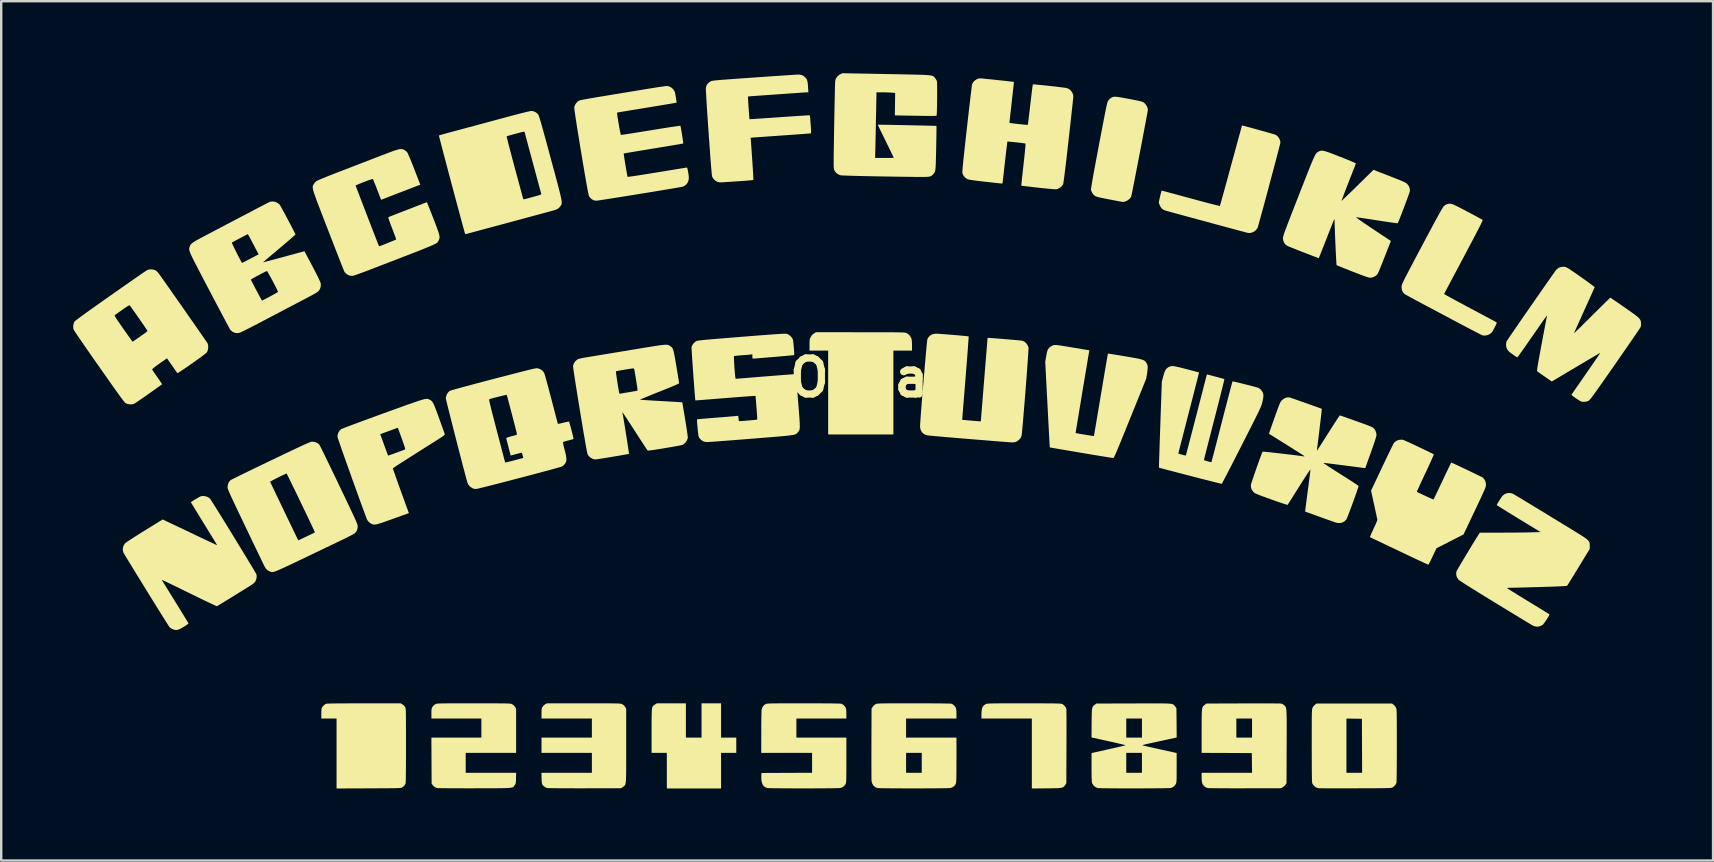
<source format=kicad_pcb>
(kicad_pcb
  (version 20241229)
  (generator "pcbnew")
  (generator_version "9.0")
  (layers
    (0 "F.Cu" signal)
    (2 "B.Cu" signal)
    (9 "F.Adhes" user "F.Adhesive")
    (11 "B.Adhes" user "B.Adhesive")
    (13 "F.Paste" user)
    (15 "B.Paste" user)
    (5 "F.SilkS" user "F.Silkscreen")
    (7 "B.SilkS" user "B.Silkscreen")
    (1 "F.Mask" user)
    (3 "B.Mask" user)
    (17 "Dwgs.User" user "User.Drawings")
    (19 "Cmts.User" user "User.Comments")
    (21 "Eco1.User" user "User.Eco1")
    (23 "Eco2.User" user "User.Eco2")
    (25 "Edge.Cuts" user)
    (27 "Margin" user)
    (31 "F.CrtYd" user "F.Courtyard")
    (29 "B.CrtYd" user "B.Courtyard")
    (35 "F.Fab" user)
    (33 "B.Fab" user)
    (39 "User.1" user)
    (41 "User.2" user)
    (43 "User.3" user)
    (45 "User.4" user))
  (footprint "Ouija"
    (layer "F.Cu")
    (at 32.736 12.684)
    (property "Reference" "Ouija" (at 0 0 0) (layer "F.SilkS") (effects (font (size 1.5 1.5) (thickness 0.3))))
    (attr board_only exclude_from_pos_files exclude_from_bom)
    (fp_poly (pts (xy -7.214 14.279) (xy -7.214 14.993) (xy -6.888 14.993) (xy -6.562 14.993) (xy -6.562 14.279) (xy -6.562 13.564) (xy -6.156 13.564) (xy -5.75 13.564) (xy -5.75 14.279) (xy -5.75 14.993) (xy -5.433 14.993) (xy -5.115 14.993) (xy -5.115 15.311) (xy -5.115 15.628) (xy -5.433 15.628) (xy -5.75 15.628) (xy -5.75 16.369) (xy -5.75 17.11) (xy -6.879 17.11) (xy -8.008 17.11) (xy -8.008 16.369) (xy -8.008 15.628) (xy -8.326 15.628) (xy -8.643 15.628) (xy -8.643 14.709) (xy -8.643 14.496) (xy -8.643 14.315) (xy -8.642 14.163) (xy -8.64 14.038) (xy -8.637 13.937) (xy -8.633 13.856) (xy -8.626 13.793) (xy -8.617 13.745) (xy -8.605 13.709) (xy -8.589 13.682) (xy -8.571 13.661) (xy -8.548 13.643) (xy -8.521 13.625) (xy -8.504 13.615) (xy -8.424 13.564) (xy -7.819 13.564) (xy -7.214 13.564)) (stroke (width 0) (type solid)) (fill yes) (layer "F.SilkS"))
    (fp_poly (pts (xy 0.06 -1.894) (xy 0.356 -1.894) (xy 0.619 -1.894) (xy 0.851 -1.893) (xy 1.053 -1.893) (xy 1.228 -1.892) (xy 1.379 -1.892) (xy 1.507 -1.891) (xy 1.613 -1.889) (xy 1.701 -1.888) (xy 1.773 -1.886) (xy 1.829 -1.884) (xy 1.874 -1.881) (xy 1.907 -1.878) (xy 1.932 -1.874) (xy 1.951 -1.87) (xy 1.966 -1.865) (xy 1.978 -1.86) (xy 1.987 -1.855) (xy 2.073 -1.794) (xy 2.141 -1.713) (xy 2.184 -1.62) (xy 2.186 -1.613) (xy 2.194 -1.564) (xy 2.2 -1.49) (xy 2.204 -1.403) (xy 2.205 -1.333) (xy 2.205 -1.129) (xy 1.817 -1.129) (xy 1.429 -1.129) (xy 1.429 0.617) (xy 1.429 2.364) (xy 0.071 2.364) (xy -1.288 2.364) (xy -1.288 0.617) (xy -1.288 -1.129) (xy -1.676 -1.129) (xy -2.064 -1.129) (xy -2.064 -1.365) (xy -2.063 -1.462) (xy -2.061 -1.532) (xy -2.056 -1.582) (xy -2.048 -1.621) (xy -2.034 -1.657) (xy -2.014 -1.695) (xy -1.963 -1.774) (xy -1.896 -1.832) (xy -1.879 -1.843) (xy -1.793 -1.896)) (stroke (width 0) (type solid)) (fill yes) (layer "F.SilkS"))
    (fp_poly (pts (xy 7.147 13.564) (xy 7.39 13.565) (xy 7.602 13.565) (xy 7.784 13.566) (xy 7.94 13.567) (xy 8.071 13.568) (xy 8.179 13.57) (xy 8.265 13.572) (xy 8.333 13.575) (xy 8.384 13.578) (xy 8.421 13.581) (xy 8.444 13.585) (xy 8.454 13.588) (xy 8.515 13.626) (xy 8.573 13.684) (xy 8.616 13.748) (xy 8.634 13.798) (xy 8.636 13.824) (xy 8.637 13.882) (xy 8.638 13.971) (xy 8.639 14.087) (xy 8.64 14.227) (xy 8.64 14.39) (xy 8.64 14.571) (xy 8.641 14.769) (xy 8.64 14.981) (xy 8.64 15.204) (xy 8.639 15.374) (xy 8.634 16.892) (xy 8.587 16.963) (xy 8.564 16.997) (xy 8.54 17.026) (xy 8.513 17.048) (xy 8.48 17.066) (xy 8.435 17.079) (xy 8.376 17.089) (xy 8.299 17.096) (xy 8.2 17.1) (xy 8.076 17.103) (xy 7.922 17.105) (xy 7.801 17.106) (xy 7.197 17.112) (xy 7.197 15.656) (xy 7.197 14.199) (xy 6.147 14.199) (xy 5.098 14.199) (xy 5.098 14.019) (xy 5.103 13.891) (xy 5.118 13.793) (xy 5.146 13.718) (xy 5.188 13.66) (xy 5.248 13.614) (xy 5.278 13.598) (xy 5.29 13.592) (xy 5.305 13.587) (xy 5.325 13.582) (xy 5.352 13.578) (xy 5.387 13.575) (xy 5.435 13.573) (xy 5.496 13.57) (xy 5.573 13.569) (xy 5.668 13.567) (xy 5.785 13.566) (xy 5.924 13.565) (xy 6.088 13.565) (xy 6.279 13.565) (xy 6.501 13.564) (xy 6.754 13.564) (xy 6.87 13.564)) (stroke (width 0) (type solid)) (fill yes) (layer "F.SilkS"))
    (fp_poly (pts (xy -19.021 13.609) (xy -18.952 13.664) (xy -18.909 13.723) (xy -18.903 13.736) (xy -18.897 13.75) (xy -18.893 13.769) (xy -18.889 13.793) (xy -18.885 13.826) (xy -18.882 13.869) (xy -18.88 13.925) (xy -18.878 13.997) (xy -18.877 14.086) (xy -18.876 14.195) (xy -18.875 14.326) (xy -18.874 14.482) (xy -18.874 14.664) (xy -18.874 14.875) (xy -18.874 15.117) (xy -18.874 15.326) (xy -18.874 15.636) (xy -18.874 15.911) (xy -18.875 16.152) (xy -18.877 16.359) (xy -18.879 16.532) (xy -18.881 16.672) (xy -18.884 16.78) (xy -18.887 16.855) (xy -18.89 16.899) (xy -18.892 16.91) (xy -18.938 16.987) (xy -19.01 17.052) (xy -19.041 17.072) (xy -19.054 17.077) (xy -19.072 17.082) (xy -19.097 17.086) (xy -19.133 17.09) (xy -19.181 17.093) (xy -19.244 17.095) (xy -19.325 17.098) (xy -19.425 17.099) (xy -19.548 17.101) (xy -19.695 17.102) (xy -19.869 17.103) (xy -20.072 17.104) (xy -20.308 17.105) (xy -20.43 17.106) (xy -21.766 17.111) (xy -21.766 15.655) (xy -21.766 14.199) (xy -22.084 14.199) (xy -22.401 14.199) (xy -22.401 13.996) (xy -22.399 13.885) (xy -22.393 13.805) (xy -22.381 13.755) (xy -22.377 13.744) (xy -22.331 13.68) (xy -22.269 13.623) (xy -22.205 13.584) (xy -22.202 13.583) (xy -22.175 13.579) (xy -22.117 13.576) (xy -22.026 13.573) (xy -21.903 13.57) (xy -21.746 13.568) (xy -21.556 13.567) (xy -21.332 13.566) (xy -21.073 13.565) (xy -20.78 13.564) (xy -20.625 13.564) (xy -19.097 13.564)) (stroke (width 0) (type solid)) (fill yes) (layer "F.SilkS"))
    (fp_poly (pts (xy -11.205 13.564) (xy -10.971 13.564) (xy -10.767 13.565) (xy -10.592 13.565) (xy -10.442 13.565) (xy -10.317 13.566) (xy -10.213 13.568) (xy -10.128 13.569) (xy -10.06 13.571) (xy -10.007 13.573) (xy -9.966 13.576) (xy -9.935 13.58) (xy -9.912 13.584) (xy -9.894 13.589) (xy -9.879 13.595) (xy -9.865 13.601) (xy -9.786 13.659) (xy -9.745 13.713) (xy -9.701 13.788) (xy -9.701 15.33) (xy -9.701 15.606) (xy -9.701 15.848) (xy -9.701 16.06) (xy -9.702 16.243) (xy -9.703 16.399) (xy -9.704 16.532) (xy -9.707 16.643) (xy -9.71 16.734) (xy -9.715 16.807) (xy -9.722 16.865) (xy -9.73 16.911) (xy -9.739 16.945) (xy -9.751 16.971) (xy -9.765 16.991) (xy -9.781 17.007) (xy -9.8 17.02) (xy -9.821 17.034) (xy -9.841 17.048) (xy -9.916 17.101) (xy -11.418 17.104) (xy -11.647 17.104) (xy -11.867 17.104) (xy -12.075 17.103) (xy -12.268 17.103) (xy -12.444 17.102) (xy -12.601 17.101) (xy -12.734 17.099) (xy -12.843 17.098) (xy -12.923 17.096) (xy -12.973 17.094) (xy -12.988 17.093) (xy -13.082 17.057) (xy -13.163 16.988) (xy -13.184 16.962) (xy -13.199 16.937) (xy -13.21 16.906) (xy -13.217 16.863) (xy -13.222 16.799) (xy -13.226 16.709) (xy -13.226 16.685) (xy -13.232 16.457) (xy -12.181 16.457) (xy -11.13 16.457) (xy -11.13 16.043) (xy -11.13 15.628) (xy -12.18 15.628) (xy -13.229 15.628) (xy -13.229 15.311) (xy -13.229 14.993) (xy -12.18 14.993) (xy -11.13 14.993) (xy -11.13 14.596) (xy -11.13 14.199) (xy -12.18 14.199) (xy -13.229 14.199) (xy -13.229 13.994) (xy -13.228 13.903) (xy -13.226 13.838) (xy -13.219 13.792) (xy -13.208 13.757) (xy -13.191 13.722) (xy -13.187 13.716) (xy -13.142 13.659) (xy -13.087 13.611) (xy -13.074 13.604) (xy -13.004 13.564) (xy -11.473 13.564)) (stroke (width 0) (type solid)) (fill yes) (layer "F.SilkS"))
    (fp_poly (pts (xy 16.852 13.567) (xy 17.03 13.567) (xy 17.187 13.568) (xy 17.322 13.569) (xy 17.432 13.57) (xy 17.514 13.571) (xy 17.565 13.572) (xy 17.582 13.573) (xy 17.632 13.592) (xy 17.686 13.625) (xy 17.7 13.637) (xy 17.72 13.654) (xy 17.737 13.669) (xy 17.752 13.686) (xy 17.765 13.705) (xy 17.777 13.73) (xy 17.786 13.763) (xy 17.794 13.805) (xy 17.8 13.86) (xy 17.805 13.928) (xy 17.808 14.013) (xy 17.811 14.117) (xy 17.813 14.243) (xy 17.813 14.391) (xy 17.814 14.565) (xy 17.813 14.766) (xy 17.813 14.998) (xy 17.812 15.262) (xy 17.811 15.365) (xy 17.806 16.892) (xy 17.763 16.956) (xy 17.718 17.006) (xy 17.662 17.052) (xy 17.648 17.06) (xy 17.577 17.101) (xy 16.078 17.104) (xy 15.85 17.104) (xy 15.631 17.104) (xy 15.424 17.104) (xy 15.232 17.103) (xy 15.058 17.102) (xy 14.903 17.101) (xy 14.771 17.1) (xy 14.665 17.098) (xy 14.586 17.097) (xy 14.539 17.095) (xy 14.526 17.094) (xy 14.447 17.066) (xy 14.383 17.02) (xy 14.356 16.992) (xy 14.319 16.944) (xy 14.294 16.888) (xy 14.279 16.816) (xy 14.271 16.722) (xy 14.27 16.64) (xy 14.27 16.457) (xy 15.32 16.457) (xy 16.37 16.457) (xy 16.365 16.047) (xy 16.36 15.637) (xy 15.315 15.632) (xy 14.27 15.628) (xy 14.27 14.724) (xy 14.27 14.596) (xy 15.716 14.596) (xy 15.716 14.993) (xy 16.043 14.993) (xy 16.369 14.993) (xy 16.369 14.596) (xy 16.369 14.199) (xy 16.043 14.199) (xy 15.716 14.199) (xy 15.716 14.596) (xy 14.27 14.596) (xy 14.27 14.511) (xy 14.271 14.331) (xy 14.272 14.18) (xy 14.274 14.056) (xy 14.277 13.954) (xy 14.282 13.874) (xy 14.289 13.81) (xy 14.299 13.761) (xy 14.311 13.724) (xy 14.326 13.695) (xy 14.345 13.672) (xy 14.368 13.651) (xy 14.395 13.63) (xy 14.403 13.624) (xy 14.47 13.573) (xy 15.997 13.568) (xy 16.227 13.567) (xy 16.449 13.567) (xy 16.658 13.567)) (stroke (width 0) (type solid)) (fill yes) (layer "F.SilkS"))
    (fp_poly (pts (xy -15.785 13.564) (xy -15.551 13.564) (xy -15.348 13.565) (xy -15.173 13.565) (xy -15.024 13.566) (xy -14.899 13.566) (xy -14.796 13.568) (xy -14.712 13.569) (xy -14.644 13.571) (xy -14.591 13.574) (xy -14.551 13.577) (xy -14.52 13.58) (xy -14.497 13.584) (xy -14.48 13.589) (xy -14.465 13.595) (xy -14.452 13.601) (xy -14.372 13.659) (xy -14.331 13.713) (xy -14.287 13.788) (xy -14.287 14.708) (xy -14.287 15.628) (xy -15.337 15.628) (xy -16.387 15.628) (xy -16.387 16.043) (xy -16.387 16.457) (xy -15.336 16.457) (xy -14.285 16.457) (xy -14.291 16.683) (xy -14.293 16.777) (xy -14.297 16.843) (xy -14.303 16.889) (xy -14.313 16.922) (xy -14.327 16.949) (xy -14.346 16.974) (xy -14.362 16.996) (xy -14.376 17.015) (xy -14.39 17.032) (xy -14.406 17.047) (xy -14.427 17.059) (xy -14.456 17.069) (xy -14.493 17.078) (xy -14.542 17.084) (xy -14.605 17.09) (xy -14.684 17.094) (xy -14.781 17.097) (xy -14.899 17.1) (xy -15.04 17.101) (xy -15.205 17.102) (xy -15.399 17.103) (xy -15.622 17.103) (xy -15.876 17.103) (xy -16.007 17.104) (xy -16.236 17.104) (xy -16.455 17.104) (xy -16.662 17.103) (xy -16.855 17.103) (xy -17.03 17.102) (xy -17.186 17.101) (xy -17.319 17.1) (xy -17.426 17.098) (xy -17.506 17.097) (xy -17.554 17.095) (xy -17.568 17.094) (xy -17.649 17.069) (xy -17.71 17.027) (xy -17.757 16.974) (xy -17.806 16.91) (xy -17.811 15.951) (xy -17.816 14.993) (xy -16.775 14.993) (xy -15.734 14.993) (xy -15.734 14.596) (xy -15.734 14.199) (xy -16.775 14.199) (xy -17.815 14.199) (xy -17.815 13.994) (xy -17.815 13.903) (xy -17.812 13.839) (xy -17.805 13.793) (xy -17.794 13.757) (xy -17.777 13.723) (xy -17.771 13.713) (xy -17.708 13.637) (xy -17.651 13.601) (xy -17.637 13.595) (xy -17.623 13.589) (xy -17.605 13.584) (xy -17.581 13.58) (xy -17.55 13.576) (xy -17.509 13.573) (xy -17.456 13.571) (xy -17.388 13.569) (xy -17.303 13.567) (xy -17.198 13.566) (xy -17.073 13.565) (xy -16.923 13.565) (xy -16.747 13.565) (xy -16.543 13.564) (xy -16.308 13.564) (xy -16.051 13.564)) (stroke (width 0) (type solid)) (fill yes) (layer "F.SilkS"))
    (fp_poly (pts (xy -1.994 13.565) (xy -1.719 13.565) (xy -1.478 13.566) (xy -1.272 13.568) (xy -1.099 13.569) (xy -0.96 13.572) (xy -0.853 13.574) (xy -0.779 13.578) (xy -0.738 13.581) (xy -0.729 13.583) (xy -0.659 13.624) (xy -0.596 13.686) (xy -0.553 13.753) (xy -0.54 13.807) (xy -0.532 13.893) (xy -0.529 14.005) (xy -0.529 14.199) (xy -1.57 14.199) (xy -2.611 14.199) (xy -2.611 14.596) (xy -2.611 14.993) (xy -1.57 14.993) (xy -0.529 14.993) (xy -0.529 15.929) (xy -0.529 16.135) (xy -0.529 16.308) (xy -0.53 16.453) (xy -0.531 16.571) (xy -0.532 16.666) (xy -0.534 16.74) (xy -0.537 16.798) (xy -0.54 16.841) (xy -0.544 16.873) (xy -0.55 16.897) (xy -0.556 16.915) (xy -0.564 16.931) (xy -0.564 16.933) (xy -0.622 17.012) (xy -0.704 17.067) (xy -0.778 17.091) (xy -0.807 17.094) (xy -0.869 17.096) (xy -0.959 17.098) (xy -1.075 17.101) (xy -1.214 17.102) (xy -1.371 17.104) (xy -1.544 17.105) (xy -1.729 17.106) (xy -1.924 17.107) (xy -2.125 17.107) (xy -2.328 17.107) (xy -2.531 17.107) (xy -2.73 17.107) (xy -2.923 17.106) (xy -3.105 17.105) (xy -3.273 17.104) (xy -3.425 17.103) (xy -3.557 17.101) (xy -3.665 17.099) (xy -3.747 17.097) (xy -3.799 17.094) (xy -3.816 17.093) (xy -3.908 17.06) (xy -3.98 17.001) (xy -4.032 16.916) (xy -4.063 16.803) (xy -4.074 16.661) (xy -4.071 16.572) (xy -4.066 16.466) (xy -3.012 16.461) (xy -1.958 16.457) (xy -1.958 16.042) (xy -1.958 15.628) (xy -3.016 15.628) (xy -4.075 15.628) (xy -4.074 14.759) (xy -4.074 14.558) (xy -4.073 14.375) (xy -4.071 14.213) (xy -4.068 14.075) (xy -4.065 13.962) (xy -4.062 13.879) (xy -4.058 13.826) (xy -4.056 13.813) (xy -4.018 13.713) (xy -3.957 13.638) (xy -3.897 13.599) (xy -3.885 13.593) (xy -3.87 13.588) (xy -3.852 13.583) (xy -3.827 13.579) (xy -3.793 13.576) (xy -3.749 13.573) (xy -3.692 13.571) (xy -3.619 13.569) (xy -3.528 13.567) (xy -3.418 13.566) (xy -3.285 13.565) (xy -3.127 13.565) (xy -2.943 13.565) (xy -2.729 13.564) (xy -2.484 13.564) (xy -2.304 13.564)) (stroke (width 0) (type solid)) (fill yes) (layer "F.SilkS"))
    (fp_poly (pts (xy 10.722 -11.701) (xy 10.806 -11.691) (xy 10.911 -11.675) (xy 11.044 -11.651) (xy 11.186 -11.625) (xy 11.352 -11.593) (xy 11.488 -11.567) (xy 11.597 -11.545) (xy 11.682 -11.526) (xy 11.748 -11.509) (xy 11.797 -11.493) (xy 11.835 -11.477) (xy 11.864 -11.459) (xy 11.888 -11.438) (xy 11.912 -11.414) (xy 11.92 -11.406) (xy 11.98 -11.324) (xy 12.018 -11.235) (xy 12.03 -11.162) (xy 12.026 -11.137) (xy 12.017 -11.081) (xy 12.002 -10.996) (xy 11.981 -10.885) (xy 11.957 -10.75) (xy 11.928 -10.595) (xy 11.895 -10.423) (xy 11.86 -10.236) (xy 11.822 -10.036) (xy 11.783 -9.828) (xy 11.742 -9.614) (xy 11.7 -9.396) (xy 11.658 -9.178) (xy 11.616 -8.961) (xy 11.575 -8.75) (xy 11.536 -8.547) (xy 11.499 -8.355) (xy 11.464 -8.176) (xy 11.432 -8.014) (xy 11.403 -7.871) (xy 11.379 -7.75) (xy 11.36 -7.654) (xy 11.345 -7.586) (xy 11.337 -7.548) (xy 11.335 -7.542) (xy 11.292 -7.476) (xy 11.224 -7.414) (xy 11.143 -7.364) (xy 11.059 -7.331) (xy 10.986 -7.321) (xy 10.963 -7.325) (xy 10.91 -7.335) (xy 10.832 -7.349) (xy 10.732 -7.368) (xy 10.615 -7.39) (xy 10.486 -7.415) (xy 10.427 -7.426) (xy 10.269 -7.457) (xy 10.142 -7.483) (xy 10.042 -7.504) (xy 9.965 -7.522) (xy 9.908 -7.538) (xy 9.866 -7.553) (xy 9.836 -7.567) (xy 9.824 -7.574) (xy 9.759 -7.634) (xy 9.703 -7.715) (xy 9.666 -7.802) (xy 9.66 -7.828) (xy 9.661 -7.856) (xy 9.669 -7.915) (xy 9.683 -8.007) (xy 9.704 -8.132) (xy 9.731 -8.29) (xy 9.766 -8.481) (xy 9.807 -8.705) (xy 9.855 -8.964) (xy 9.91 -9.256) (xy 9.972 -9.582) (xy 9.991 -9.687) (xy 10.046 -9.976) (xy 10.095 -10.233) (xy 10.139 -10.459) (xy 10.177 -10.657) (xy 10.21 -10.828) (xy 10.238 -10.975) (xy 10.263 -11.099) (xy 10.284 -11.203) (xy 10.302 -11.288) (xy 10.318 -11.357) (xy 10.331 -11.412) (xy 10.342 -11.454) (xy 10.352 -11.486) (xy 10.361 -11.51) (xy 10.369 -11.528) (xy 10.378 -11.541) (xy 10.385 -11.551) (xy 10.431 -11.601) (xy 10.482 -11.645) (xy 10.494 -11.654) (xy 10.528 -11.675) (xy 10.565 -11.691) (xy 10.606 -11.7) (xy 10.657 -11.704)) (stroke (width 0) (type solid)) (fill yes) (layer "F.SilkS"))
    (fp_poly (pts (xy 2.592 13.565) (xy 2.867 13.565) (xy 3.108 13.566) (xy 3.314 13.568) (xy 3.487 13.569) (xy 3.626 13.572) (xy 3.733 13.574) (xy 3.807 13.578) (xy 3.849 13.581) (xy 3.857 13.583) (xy 3.927 13.624) (xy 3.99 13.686) (xy 4.033 13.753) (xy 4.046 13.807) (xy 4.054 13.893) (xy 4.057 14.005) (xy 4.057 14.199) (xy 3.007 14.199) (xy 1.958 14.199) (xy 1.958 14.596) (xy 1.958 14.993) (xy 3.007 14.993) (xy 4.057 14.993) (xy 4.057 15.924) (xy 4.056 16.129) (xy 4.056 16.303) (xy 4.055 16.448) (xy 4.054 16.566) (xy 4.053 16.661) (xy 4.051 16.736) (xy 4.048 16.794) (xy 4.045 16.837) (xy 4.04 16.87) (xy 4.035 16.895) (xy 4.028 16.914) (xy 4.023 16.926) (xy 3.969 17.007) (xy 3.89 17.063) (xy 3.808 17.091) (xy 3.778 17.094) (xy 3.716 17.096) (xy 3.626 17.099) (xy 3.51 17.101) (xy 3.371 17.102) (xy 3.214 17.104) (xy 3.04 17.105) (xy 2.855 17.106) (xy 2.66 17.107) (xy 2.459 17.107) (xy 2.255 17.108) (xy 2.052 17.107) (xy 1.852 17.107) (xy 1.659 17.106) (xy 1.477 17.106) (xy 1.308 17.104) (xy 1.156 17.103) (xy 1.023 17.101) (xy 0.914 17.099) (xy 0.832 17.097) (xy 0.779 17.094) (xy 0.761 17.092) (xy 0.67 17.053) (xy 0.596 16.987) (xy 0.545 16.899) (xy 0.521 16.805) (xy 0.519 16.773) (xy 0.517 16.709) (xy 0.516 16.615) (xy 0.515 16.495) (xy 0.515 16.35) (xy 0.514 16.184) (xy 0.514 16.043) (xy 1.958 16.043) (xy 1.958 16.457) (xy 2.284 16.457) (xy 2.611 16.457) (xy 2.611 16.043) (xy 2.611 15.628) (xy 2.284 15.628) (xy 1.958 15.628) (xy 1.958 16.043) (xy 0.514 16.043) (xy 0.514 16) (xy 0.514 15.8) (xy 0.514 15.588) (xy 0.515 15.365) (xy 0.515 15.248) (xy 0.52 13.782) (xy 0.569 13.709) (xy 0.614 13.656) (xy 0.668 13.611) (xy 0.687 13.6) (xy 0.7 13.594) (xy 0.715 13.588) (xy 0.733 13.583) (xy 0.757 13.579) (xy 0.789 13.576) (xy 0.832 13.573) (xy 0.887 13.571) (xy 0.958 13.569) (xy 1.047 13.567) (xy 1.155 13.566) (xy 1.285 13.565) (xy 1.439 13.565) (xy 1.62 13.565) (xy 1.83 13.564) (xy 2.071 13.564) (xy 2.282 13.564)) (stroke (width 0) (type solid)) (fill yes) (layer "F.SilkS"))
    (fp_poly (pts (xy 22.268 13.624) (xy 22.318 13.673) (xy 22.359 13.731) (xy 22.368 13.747) (xy 22.373 13.762) (xy 22.379 13.778) (xy 22.383 13.8) (xy 22.387 13.828) (xy 22.39 13.867) (xy 22.393 13.916) (xy 22.395 13.98) (xy 22.397 14.061) (xy 22.398 14.16) (xy 22.399 14.28) (xy 22.4 14.423) (xy 22.4 14.593) (xy 22.401 14.79) (xy 22.401 15.017) (xy 22.401 15.277) (xy 22.401 15.319) (xy 22.401 15.595) (xy 22.4 15.847) (xy 22.399 16.076) (xy 22.398 16.279) (xy 22.396 16.455) (xy 22.394 16.603) (xy 22.392 16.721) (xy 22.389 16.807) (xy 22.386 16.861) (xy 22.384 16.879) (xy 22.349 16.95) (xy 22.289 17.019) (xy 22.216 17.072) (xy 22.204 17.077) (xy 22.188 17.081) (xy 22.163 17.085) (xy 22.13 17.089) (xy 22.084 17.092) (xy 22.025 17.094) (xy 21.949 17.096) (xy 21.854 17.098) (xy 21.739 17.1) (xy 21.601 17.101) (xy 21.437 17.102) (xy 21.245 17.103) (xy 21.024 17.103) (xy 20.77 17.104) (xy 20.664 17.104) (xy 20.437 17.105) (xy 20.22 17.105) (xy 20.015 17.105) (xy 19.826 17.105) (xy 19.655 17.105) (xy 19.504 17.104) (xy 19.376 17.104) (xy 19.274 17.103) (xy 19.2 17.103) (xy 19.157 17.102) (xy 19.147 17.101) (xy 19.118 17.093) (xy 19.08 17.084) (xy 19.023 17.058) (xy 18.963 17.011) (xy 18.911 16.952) (xy 18.877 16.893) (xy 18.874 16.883) (xy 18.871 16.852) (xy 18.867 16.787) (xy 18.865 16.689) (xy 18.862 16.558) (xy 18.86 16.395) (xy 18.859 16.201) (xy 18.858 15.977) (xy 18.857 15.724) (xy 18.856 15.443) (xy 18.856 15.328) (xy 20.302 15.328) (xy 20.302 16.457) (xy 20.629 16.457) (xy 20.955 16.457) (xy 20.951 15.333) (xy 20.946 14.208) (xy 20.624 14.203) (xy 20.302 14.199) (xy 20.302 15.328) (xy 18.856 15.328) (xy 18.856 15.319) (xy 18.857 15.054) (xy 18.857 14.822) (xy 18.857 14.62) (xy 18.857 14.447) (xy 18.858 14.3) (xy 18.859 14.177) (xy 18.86 14.074) (xy 18.862 13.991) (xy 18.864 13.925) (xy 18.867 13.873) (xy 18.87 13.834) (xy 18.874 13.804) (xy 18.878 13.781) (xy 18.883 13.764) (xy 18.889 13.75) (xy 18.89 13.747) (xy 18.926 13.69) (xy 18.975 13.636) (xy 18.989 13.624) (xy 19.056 13.573) (xy 20.629 13.573) (xy 22.201 13.573)) (stroke (width 0) (type solid)) (fill yes) (layer "F.SilkS"))
    (fp_poly (pts (xy 15.97 -10.504) (xy 16.017 -10.493) (xy 16.09 -10.474) (xy 16.183 -10.449) (xy 16.294 -10.419) (xy 16.416 -10.386) (xy 16.546 -10.35) (xy 16.679 -10.313) (xy 16.812 -10.276) (xy 16.94 -10.24) (xy 17.058 -10.206) (xy 17.162 -10.176) (xy 17.248 -10.151) (xy 17.311 -10.132) (xy 17.347 -10.12) (xy 17.353 -10.117) (xy 17.435 -10.056) (xy 17.499 -9.972) (xy 17.54 -9.875) (xy 17.551 -9.793) (xy 17.546 -9.77) (xy 17.533 -9.716) (xy 17.512 -9.634) (xy 17.485 -9.526) (xy 17.451 -9.394) (xy 17.411 -9.243) (xy 17.367 -9.074) (xy 17.318 -8.891) (xy 17.267 -8.696) (xy 17.212 -8.492) (xy 17.156 -8.281) (xy 17.099 -8.068) (xy 17.042 -7.853) (xy 16.985 -7.64) (xy 16.929 -7.433) (xy 16.875 -7.233) (xy 16.823 -7.043) (xy 16.775 -6.867) (xy 16.731 -6.706) (xy 16.692 -6.565) (xy 16.659 -6.445) (xy 16.632 -6.349) (xy 16.612 -6.28) (xy 16.605 -6.256) (xy 16.581 -6.212) (xy 16.537 -6.16) (xy 16.485 -6.11) (xy 16.435 -6.074) (xy 16.432 -6.073) (xy 16.352 -6.042) (xy 16.265 -6.028) (xy 16.21 -6.029) (xy 16.188 -6.034) (xy 16.135 -6.048) (xy 16.054 -6.07) (xy 15.946 -6.098) (xy 15.816 -6.133) (xy 15.666 -6.173) (xy 15.499 -6.218) (xy 15.317 -6.267) (xy 15.124 -6.319) (xy 14.922 -6.374) (xy 14.714 -6.43) (xy 14.503 -6.487) (xy 14.291 -6.545) (xy 14.082 -6.602) (xy 13.878 -6.657) (xy 13.682 -6.71) (xy 13.497 -6.761) (xy 13.325 -6.808) (xy 13.17 -6.85) (xy 13.034 -6.887) (xy 12.921 -6.919) (xy 12.832 -6.943) (xy 12.77 -6.96) (xy 12.739 -6.969) (xy 12.739 -6.97) (xy 12.686 -6.994) (xy 12.632 -7.029) (xy 12.626 -7.034) (xy 12.581 -7.086) (xy 12.538 -7.156) (xy 12.505 -7.231) (xy 12.489 -7.297) (xy 12.489 -7.309) (xy 12.492 -7.339) (xy 12.503 -7.393) (xy 12.519 -7.464) (xy 12.537 -7.544) (xy 12.557 -7.624) (xy 12.575 -7.697) (xy 12.591 -7.754) (xy 12.602 -7.788) (xy 12.604 -7.793) (xy 12.621 -7.789) (xy 12.67 -7.777) (xy 12.747 -7.757) (xy 12.85 -7.73) (xy 12.976 -7.696) (xy 13.123 -7.657) (xy 13.287 -7.613) (xy 13.466 -7.564) (xy 13.658 -7.512) (xy 13.812 -7.47) (xy 14.011 -7.416) (xy 14.2 -7.365) (xy 14.377 -7.318) (xy 14.539 -7.275) (xy 14.682 -7.238) (xy 14.804 -7.207) (xy 14.902 -7.183) (xy 14.975 -7.166) (xy 15.018 -7.157) (xy 15.029 -7.156) (xy 15.035 -7.175) (xy 15.05 -7.225) (xy 15.073 -7.305) (xy 15.104 -7.412) (xy 15.14 -7.543) (xy 15.183 -7.697) (xy 15.231 -7.871) (xy 15.284 -8.063) (xy 15.341 -8.27) (xy 15.401 -8.491) (xy 15.464 -8.722) (xy 15.495 -8.837) (xy 15.559 -9.072) (xy 15.621 -9.297) (xy 15.679 -9.511) (xy 15.733 -9.709) (xy 15.783 -9.892) (xy 15.827 -10.055) (xy 15.866 -10.196) (xy 15.898 -10.314) (xy 15.924 -10.406) (xy 15.941 -10.47) (xy 15.951 -10.503) (xy 15.952 -10.507)) (stroke (width 0) (type solid)) (fill yes) (layer "F.SilkS"))
    (fp_poly (pts (xy 24.663 -7.242) (xy 24.715 -7.227) (xy 24.777 -7.203) (xy 24.854 -7.168) (xy 24.949 -7.122) (xy 25.066 -7.062) (xy 25.207 -6.988) (xy 25.347 -6.914) (xy 25.482 -6.843) (xy 25.608 -6.775) (xy 25.721 -6.714) (xy 25.818 -6.662) (xy 25.895 -6.62) (xy 25.948 -6.59) (xy 25.974 -6.574) (xy 25.976 -6.572) (xy 25.976 -6.561) (xy 25.966 -6.534) (xy 25.947 -6.49) (xy 25.917 -6.427) (xy 25.877 -6.344) (xy 25.824 -6.24) (xy 25.759 -6.114) (xy 25.68 -5.963) (xy 25.588 -5.787) (xy 25.481 -5.584) (xy 25.359 -5.354) (xy 25.221 -5.093) (xy 25.186 -5.027) (xy 25.071 -4.812) (xy 24.962 -4.605) (xy 24.858 -4.409) (xy 24.761 -4.227) (xy 24.672 -4.059) (xy 24.593 -3.909) (xy 24.523 -3.778) (xy 24.466 -3.669) (xy 24.421 -3.584) (xy 24.39 -3.524) (xy 24.373 -3.492) (xy 24.371 -3.488) (xy 24.386 -3.477) (xy 24.429 -3.452) (xy 24.499 -3.413) (xy 24.592 -3.361) (xy 24.706 -3.298) (xy 24.84 -3.226) (xy 24.989 -3.145) (xy 25.152 -3.058) (xy 25.326 -2.964) (xy 25.453 -2.897) (xy 25.634 -2.8) (xy 25.807 -2.708) (xy 25.968 -2.622) (xy 26.115 -2.544) (xy 26.245 -2.474) (xy 26.356 -2.415) (xy 26.446 -2.367) (xy 26.511 -2.332) (xy 26.549 -2.311) (xy 26.558 -2.306) (xy 26.562 -2.288) (xy 26.549 -2.246) (xy 26.519 -2.179) (xy 26.489 -2.121) (xy 26.449 -2.045) (xy 26.411 -1.976) (xy 26.381 -1.924) (xy 26.366 -1.901) (xy 26.304 -1.838) (xy 26.219 -1.791) (xy 26.124 -1.762) (xy 26.028 -1.755) (xy 25.969 -1.765) (xy 25.942 -1.777) (xy 25.888 -1.803) (xy 25.809 -1.843) (xy 25.708 -1.895) (xy 25.588 -1.957) (xy 25.454 -2.027) (xy 25.307 -2.104) (xy 25.151 -2.187) (xy 25.095 -2.216) (xy 24.904 -2.318) (xy 24.692 -2.43) (xy 24.469 -2.549) (xy 24.243 -2.669) (xy 24.02 -2.788) (xy 23.808 -2.9) (xy 23.617 -3.002) (xy 23.53 -3.047) (xy 23.378 -3.128) (xy 23.234 -3.205) (xy 23.102 -3.277) (xy 22.984 -3.341) (xy 22.884 -3.395) (xy 22.805 -3.439) (xy 22.751 -3.47) (xy 22.725 -3.486) (xy 22.657 -3.557) (xy 22.614 -3.65) (xy 22.598 -3.759) (xy 22.599 -3.798) (xy 22.601 -3.816) (xy 22.604 -3.836) (xy 22.61 -3.859) (xy 22.619 -3.887) (xy 22.632 -3.921) (xy 22.651 -3.965) (xy 22.677 -4.019) (xy 22.709 -4.085) (xy 22.75 -4.166) (xy 22.8 -4.264) (xy 22.86 -4.379) (xy 22.931 -4.515) (xy 23.014 -4.673) (xy 23.11 -4.855) (xy 23.22 -5.062) (xy 23.345 -5.298) (xy 23.449 -5.495) (xy 23.597 -5.772) (xy 23.729 -6.02) (xy 23.846 -6.239) (xy 23.949 -6.431) (xy 24.039 -6.597) (xy 24.117 -6.738) (xy 24.182 -6.856) (xy 24.236 -6.953) (xy 24.28 -7.028) (xy 24.315 -7.085) (xy 24.34 -7.123) (xy 24.357 -7.145) (xy 24.359 -7.147) (xy 24.423 -7.196) (xy 24.492 -7.229) (xy 24.503 -7.233) (xy 24.543 -7.242) (xy 24.581 -7.248) (xy 24.62 -7.248)) (stroke (width 0) (type solid)) (fill yes) (layer "F.SilkS"))
    (fp_poly (pts (xy 12.509 13.567) (xy 12.643 13.568) (xy 12.754 13.57) (xy 12.845 13.573) (xy 12.919 13.577) (xy 12.978 13.583) (xy 13.024 13.59) (xy 13.059 13.599) (xy 13.086 13.61) (xy 13.106 13.623) (xy 13.123 13.638) (xy 13.137 13.655) (xy 13.152 13.675) (xy 13.166 13.694) (xy 13.22 13.762) (xy 13.226 14.375) (xy 13.231 14.987) (xy 12.811 15.079) (xy 12.595 15.126) (xy 12.411 15.166) (xy 12.257 15.199) (xy 12.13 15.227) (xy 12.027 15.25) (xy 11.948 15.268) (xy 11.889 15.283) (xy 11.847 15.293) (xy 11.821 15.302) (xy 11.808 15.308) (xy 11.805 15.312) (xy 11.811 15.316) (xy 11.822 15.319) (xy 11.838 15.323) (xy 11.845 15.324) (xy 11.877 15.332) (xy 11.941 15.347) (xy 12.03 15.367) (xy 12.14 15.392) (xy 12.268 15.421) (xy 12.409 15.452) (xy 12.558 15.486) (xy 12.572 15.489) (xy 13.229 15.634) (xy 13.229 16.243) (xy 13.229 16.406) (xy 13.229 16.539) (xy 13.228 16.643) (xy 13.226 16.725) (xy 13.223 16.786) (xy 13.219 16.832) (xy 13.214 16.866) (xy 13.207 16.892) (xy 13.199 16.914) (xy 13.194 16.924) (xy 13.136 17.008) (xy 13.054 17.066) (xy 12.979 17.091) (xy 12.95 17.094) (xy 12.889 17.096) (xy 12.799 17.099) (xy 12.683 17.101) (xy 12.546 17.102) (xy 12.389 17.104) (xy 12.216 17.105) (xy 12.031 17.106) (xy 11.837 17.107) (xy 11.636 17.107) (xy 11.433 17.108) (xy 11.23 17.108) (xy 11.031 17.107) (xy 10.839 17.107) (xy 10.657 17.106) (xy 10.488 17.105) (xy 10.336 17.103) (xy 10.204 17.102) (xy 10.094 17.1) (xy 10.012 17.098) (xy 9.958 17.095) (xy 9.94 17.093) (xy 9.842 17.053) (xy 9.765 16.986) (xy 9.712 16.897) (xy 9.702 16.867) (xy 9.697 16.831) (xy 9.693 16.763) (xy 9.689 16.667) (xy 9.686 16.547) (xy 9.685 16.406) (xy 9.684 16.247) (xy 9.684 16.218) (xy 9.684 16.043) (xy 11.13 16.043) (xy 11.13 16.457) (xy 11.456 16.457) (xy 11.783 16.457) (xy 11.783 16.043) (xy 11.783 15.628) (xy 11.456 15.628) (xy 11.13 15.628) (xy 11.13 16.043) (xy 9.684 16.043) (xy 9.684 15.636) (xy 10.385 15.479) (xy 10.537 15.445) (xy 10.679 15.413) (xy 10.806 15.384) (xy 10.915 15.358) (xy 11.002 15.337) (xy 11.063 15.322) (xy 11.096 15.313) (xy 11.099 15.311) (xy 11.086 15.305) (xy 11.041 15.292) (xy 10.969 15.274) (xy 10.873 15.251) (xy 10.756 15.223) (xy 10.622 15.193) (xy 10.475 15.16) (xy 10.398 15.143) (xy 9.682 14.986) (xy 9.685 14.596) (xy 11.13 14.596) (xy 11.13 14.993) (xy 11.456 14.993) (xy 11.783 14.993) (xy 11.783 14.596) (xy 11.783 14.199) (xy 11.456 14.199) (xy 11.13 14.199) (xy 11.13 14.596) (xy 9.685 14.596) (xy 9.687 14.385) (xy 9.689 14.214) (xy 9.691 14.075) (xy 9.694 13.964) (xy 9.698 13.876) (xy 9.705 13.809) (xy 9.715 13.757) (xy 9.728 13.719) (xy 9.745 13.689) (xy 9.768 13.664) (xy 9.796 13.641) (xy 9.819 13.623) (xy 9.884 13.573) (xy 11.437 13.569) (xy 11.713 13.568) (xy 11.956 13.567) (xy 12.169 13.566) (xy 12.352 13.566)) (stroke (width 0) (type solid)) (fill yes) (layer "F.SilkS"))
    (fp_poly (pts (xy 3.237 -1.833) (xy 3.306 -1.829) (xy 3.397 -1.823) (xy 3.506 -1.815) (xy 3.629 -1.805) (xy 3.76 -1.795) (xy 3.895 -1.784) (xy 4.029 -1.773) (xy 4.158 -1.762) (xy 4.278 -1.751) (xy 4.382 -1.741) (xy 4.467 -1.733) (xy 4.528 -1.726) (xy 4.561 -1.722) (xy 4.565 -1.72) (xy 4.565 -1.702) (xy 4.562 -1.651) (xy 4.557 -1.569) (xy 4.549 -1.46) (xy 4.539 -1.325) (xy 4.528 -1.167) (xy 4.514 -0.988) (xy 4.499 -0.792) (xy 4.482 -0.579) (xy 4.464 -0.353) (xy 4.446 -0.117) (xy 4.439 -0.031) (xy 4.419 0.21) (xy 4.401 0.442) (xy 4.383 0.662) (xy 4.366 0.868) (xy 4.351 1.057) (xy 4.337 1.227) (xy 4.325 1.375) (xy 4.315 1.498) (xy 4.308 1.595) (xy 4.302 1.662) (xy 4.299 1.698) (xy 4.299 1.702) (xy 4.295 1.755) (xy 4.63 1.784) (xy 4.739 1.794) (xy 4.839 1.802) (xy 4.923 1.809) (xy 4.985 1.813) (xy 5.019 1.815) (xy 5.072 1.817) (xy 5.212 0.079) (xy 5.353 -1.658) (xy 5.403 -1.658) (xy 5.437 -1.657) (xy 5.499 -1.652) (xy 5.586 -1.646) (xy 5.694 -1.638) (xy 5.816 -1.628) (xy 5.948 -1.618) (xy 6.085 -1.606) (xy 6.223 -1.595) (xy 6.357 -1.583) (xy 6.481 -1.572) (xy 6.591 -1.563) (xy 6.682 -1.554) (xy 6.75 -1.548) (xy 6.789 -1.543) (xy 6.794 -1.542) (xy 6.878 -1.508) (xy 6.954 -1.445) (xy 7.016 -1.361) (xy 7.058 -1.263) (xy 7.058 -1.238) (xy 7.056 -1.182) (xy 7.052 -1.096) (xy 7.045 -0.983) (xy 7.036 -0.847) (xy 7.025 -0.69) (xy 7.012 -0.515) (xy 6.999 -0.325) (xy 6.983 -0.123) (xy 6.968 0.088) (xy 6.951 0.305) (xy 6.934 0.526) (xy 6.916 0.748) (xy 6.899 0.967) (xy 6.881 1.181) (xy 6.864 1.387) (xy 6.848 1.582) (xy 6.833 1.763) (xy 6.818 1.928) (xy 6.805 2.073) (xy 6.794 2.195) (xy 6.784 2.292) (xy 6.777 2.361) (xy 6.771 2.399) (xy 6.753 2.463) (xy 6.725 2.515) (xy 6.678 2.57) (xy 6.67 2.578) (xy 6.582 2.648) (xy 6.487 2.687) (xy 6.377 2.696) (xy 6.376 2.696) (xy 6.349 2.695) (xy 6.289 2.69) (xy 6.199 2.683) (xy 6.081 2.674) (xy 5.938 2.663) (xy 5.773 2.65) (xy 5.588 2.635) (xy 5.386 2.619) (xy 5.169 2.601) (xy 4.939 2.583) (xy 4.7 2.563) (xy 4.621 2.557) (xy 4.379 2.537) (xy 4.145 2.517) (xy 3.922 2.499) (xy 3.712 2.481) (xy 3.519 2.464) (xy 3.345 2.449) (xy 3.192 2.435) (xy 3.063 2.423) (xy 2.961 2.414) (xy 2.888 2.406) (xy 2.846 2.401) (xy 2.841 2.4) (xy 2.731 2.363) (xy 2.644 2.299) (xy 2.582 2.213) (xy 2.547 2.107) (xy 2.54 2.03) (xy 2.542 1.986) (xy 2.546 1.911) (xy 2.553 1.809) (xy 2.562 1.682) (xy 2.573 1.533) (xy 2.585 1.365) (xy 2.6 1.181) (xy 2.615 0.983) (xy 2.632 0.776) (xy 2.65 0.56) (xy 2.668 0.341) (xy 2.687 0.12) (xy 2.705 -0.1) (xy 2.724 -0.316) (xy 2.742 -0.525) (xy 2.759 -0.724) (xy 2.776 -0.91) (xy 2.791 -1.081) (xy 2.805 -1.233) (xy 2.818 -1.363) (xy 2.829 -1.469) (xy 2.837 -1.548) (xy 2.844 -1.597) (xy 2.847 -1.612) (xy 2.902 -1.701) (xy 2.982 -1.771) (xy 3.08 -1.817) (xy 3.189 -1.834) (xy 3.195 -1.834)) (stroke (width 0) (type solid)) (fill yes) (layer "F.SilkS"))
    (fp_poly (pts (xy 8.194 -1.363) (xy 8.239 -1.36) (xy 8.298 -1.353) (xy 8.375 -1.342) (xy 8.473 -1.327) (xy 8.596 -1.307) (xy 8.748 -1.282) (xy 8.885 -1.259) (xy 9.594 -1.141) (xy 9.585 -1.095) (xy 9.579 -1.059) (xy 9.567 -0.993) (xy 9.551 -0.899) (xy 9.531 -0.781) (xy 9.508 -0.641) (xy 9.481 -0.482) (xy 9.452 -0.308) (xy 9.42 -0.12) (xy 9.387 0.078) (xy 9.353 0.283) (xy 9.318 0.492) (xy 9.283 0.703) (xy 9.249 0.912) (xy 9.215 1.117) (xy 9.182 1.315) (xy 9.151 1.503) (xy 9.122 1.679) (xy 9.095 1.838) (xy 9.072 1.979) (xy 9.053 2.098) (xy 9.037 2.193) (xy 9.026 2.261) (xy 9.021 2.298) (xy 9.02 2.305) (xy 9.038 2.31) (xy 9.085 2.319) (xy 9.154 2.331) (xy 9.239 2.345) (xy 9.335 2.361) (xy 9.435 2.378) (xy 9.532 2.394) (xy 9.622 2.408) (xy 9.697 2.419) (xy 9.752 2.427) (xy 9.78 2.43) (xy 9.782 2.43) (xy 9.786 2.412) (xy 9.795 2.362) (xy 9.809 2.282) (xy 9.827 2.174) (xy 9.85 2.04) (xy 9.877 1.884) (xy 9.906 1.707) (xy 9.939 1.512) (xy 9.975 1.3) (xy 10.013 1.076) (xy 10.052 0.84) (xy 10.073 0.714) (xy 10.114 0.473) (xy 10.152 0.242) (xy 10.189 0.023) (xy 10.224 -0.181) (xy 10.255 -0.368) (xy 10.284 -0.535) (xy 10.309 -0.681) (xy 10.33 -0.803) (xy 10.346 -0.898) (xy 10.358 -0.964) (xy 10.365 -0.999) (xy 10.366 -1.004) (xy 10.384 -1.003) (xy 10.433 -0.997) (xy 10.51 -0.985) (xy 10.61 -0.97) (xy 10.73 -0.95) (xy 10.867 -0.928) (xy 11.015 -0.903) (xy 11.07 -0.894) (xy 11.258 -0.862) (xy 11.414 -0.834) (xy 11.543 -0.811) (xy 11.646 -0.79) (xy 11.728 -0.771) (xy 11.792 -0.752) (xy 11.841 -0.734) (xy 11.878 -0.715) (xy 11.906 -0.694) (xy 11.93 -0.671) (xy 11.948 -0.648) (xy 11.986 -0.59) (xy 12.011 -0.53) (xy 12.023 -0.461) (xy 12.022 -0.377) (xy 12.011 -0.269) (xy 11.999 -0.19) (xy 11.96 0.044) (xy 11.293 1.693) (xy 11.182 1.968) (xy 11.083 2.212) (xy 10.996 2.426) (xy 10.92 2.613) (xy 10.854 2.774) (xy 10.797 2.91) (xy 10.749 3.025) (xy 10.709 3.119) (xy 10.676 3.194) (xy 10.649 3.251) (xy 10.628 3.294) (xy 10.612 3.322) (xy 10.601 3.339) (xy 10.593 3.345) (xy 10.592 3.346) (xy 10.569 3.343) (xy 10.514 3.335) (xy 10.431 3.323) (xy 10.32 3.305) (xy 10.186 3.283) (xy 10.032 3.258) (xy 9.859 3.23) (xy 9.671 3.198) (xy 9.47 3.165) (xy 9.26 3.129) (xy 9.252 3.128) (xy 9.042 3.092) (xy 8.843 3.058) (xy 8.656 3.027) (xy 8.486 2.998) (xy 8.334 2.972) (xy 8.203 2.949) (xy 8.095 2.931) (xy 8.015 2.917) (xy 7.963 2.908) (xy 7.944 2.904) (xy 7.944 2.904) (xy 7.943 2.887) (xy 7.94 2.836) (xy 7.935 2.755) (xy 7.929 2.646) (xy 7.922 2.511) (xy 7.913 2.352) (xy 7.904 2.173) (xy 7.893 1.974) (xy 7.882 1.76) (xy 7.87 1.531) (xy 7.857 1.29) (xy 7.848 1.12) (xy 7.755 -0.661) (xy 7.793 -0.886) (xy 7.81 -0.977) (xy 7.827 -1.059) (xy 7.845 -1.125) (xy 7.859 -1.165) (xy 7.859 -1.167) (xy 7.922 -1.251) (xy 8.009 -1.317) (xy 8.087 -1.35) (xy 8.11 -1.357) (xy 8.133 -1.361) (xy 8.16 -1.364)) (stroke (width 0) (type solid)) (fill yes) (layer "F.SilkS"))
    (fp_poly (pts (xy 22.674 2.593) (xy 22.704 2.605) (xy 22.76 2.63) (xy 22.838 2.665) (xy 22.934 2.709) (xy 23.044 2.76) (xy 23.162 2.815) (xy 23.286 2.874) (xy 23.41 2.932) (xy 23.531 2.99) (xy 23.643 3.044) (xy 23.744 3.092) (xy 23.828 3.133) (xy 23.892 3.165) (xy 23.931 3.185) (xy 23.941 3.191) (xy 23.937 3.209) (xy 23.918 3.256) (xy 23.887 3.329) (xy 23.846 3.423) (xy 23.794 3.537) (xy 23.734 3.668) (xy 23.668 3.811) (xy 23.596 3.964) (xy 23.59 3.975) (xy 23.518 4.129) (xy 23.45 4.273) (xy 23.39 4.403) (xy 23.337 4.518) (xy 23.293 4.613) (xy 23.26 4.686) (xy 23.24 4.734) (xy 23.233 4.753) (xy 23.233 4.753) (xy 23.252 4.764) (xy 23.297 4.786) (xy 23.362 4.818) (xy 23.441 4.855) (xy 23.529 4.896) (xy 23.621 4.938) (xy 23.71 4.979) (xy 23.791 5.016) (xy 23.858 5.045) (xy 23.906 5.066) (xy 23.929 5.074) (xy 23.93 5.074) (xy 23.938 5.058) (xy 23.961 5.012) (xy 23.995 4.941) (xy 24.04 4.847) (xy 24.094 4.734) (xy 24.156 4.604) (xy 24.223 4.462) (xy 24.296 4.309) (xy 24.299 4.302) (xy 24.372 4.149) (xy 24.44 4.006) (xy 24.501 3.877) (xy 24.555 3.763) (xy 24.6 3.669) (xy 24.635 3.597) (xy 24.657 3.551) (xy 24.666 3.533) (xy 24.666 3.533) (xy 24.682 3.539) (xy 24.726 3.559) (xy 24.794 3.59) (xy 24.881 3.63) (xy 24.984 3.678) (xy 25.098 3.732) (xy 25.22 3.789) (xy 25.344 3.849) (xy 25.468 3.908) (xy 25.587 3.965) (xy 25.697 4.018) (xy 25.794 4.065) (xy 25.874 4.104) (xy 25.932 4.133) (xy 25.965 4.151) (xy 25.97 4.153) (xy 26.035 4.216) (xy 26.084 4.301) (xy 26.11 4.401) (xy 26.114 4.454) (xy 26.114 4.476) (xy 26.112 4.499) (xy 26.107 4.525) (xy 26.098 4.557) (xy 26.084 4.597) (xy 26.064 4.647) (xy 26.037 4.711) (xy 26.001 4.79) (xy 25.956 4.888) (xy 25.901 5.008) (xy 25.833 5.151) (xy 25.753 5.32) (xy 25.659 5.519) (xy 25.647 5.545) (xy 25.18 6.529) (xy 24.615 6.818) (xy 24.051 7.106) (xy 23.891 7.446) (xy 23.843 7.546) (xy 23.799 7.636) (xy 23.762 7.709) (xy 23.734 7.76) (xy 23.717 7.787) (xy 23.714 7.789) (xy 23.696 7.782) (xy 23.649 7.761) (xy 23.574 7.728) (xy 23.476 7.682) (xy 23.355 7.626) (xy 23.215 7.561) (xy 23.059 7.487) (xy 22.888 7.406) (xy 22.705 7.32) (xy 22.513 7.228) (xy 22.498 7.222) (xy 22.306 7.13) (xy 22.122 7.043) (xy 21.95 6.961) (xy 21.792 6.886) (xy 21.651 6.819) (xy 21.529 6.761) (xy 21.429 6.714) (xy 21.353 6.678) (xy 21.303 6.654) (xy 21.283 6.645) (xy 21.283 6.645) (xy 21.285 6.628) (xy 21.301 6.584) (xy 21.329 6.518) (xy 21.366 6.434) (xy 21.41 6.337) (xy 21.428 6.298) (xy 21.476 6.196) (xy 21.519 6.103) (xy 21.553 6.024) (xy 21.577 5.966) (xy 21.589 5.932) (xy 21.59 5.927) (xy 21.586 5.904) (xy 21.576 5.85) (xy 21.559 5.77) (xy 21.538 5.668) (xy 21.512 5.548) (xy 21.483 5.415) (xy 21.458 5.301) (xy 21.327 4.705) (xy 21.786 3.735) (xy 21.869 3.56) (xy 21.948 3.394) (xy 22.022 3.24) (xy 22.089 3.1) (xy 22.149 2.977) (xy 22.2 2.874) (xy 22.239 2.795) (xy 22.267 2.741) (xy 22.281 2.717) (xy 22.281 2.716) (xy 22.347 2.653) (xy 22.435 2.607) (xy 22.533 2.583) (xy 22.63 2.582)) (stroke (width 0) (type solid)) (fill yes) (layer "F.SilkS"))
    (fp_poly (pts (xy -17.964 0.885) (xy -17.941 0.891) (xy -17.919 0.9) (xy -17.897 0.912) (xy -17.89 0.916) (xy -17.855 0.935) (xy -17.824 0.955) (xy -17.797 0.98) (xy -17.77 1.013) (xy -17.744 1.057) (xy -17.714 1.115) (xy -17.681 1.191) (xy -17.643 1.289) (xy -17.597 1.411) (xy -17.542 1.56) (xy -17.497 1.683) (xy -17.446 1.825) (xy -17.398 1.959) (xy -17.355 2.079) (xy -17.318 2.182) (xy -17.289 2.264) (xy -17.269 2.322) (xy -17.26 2.35) (xy -17.26 2.351) (xy -17.26 2.363) (xy -17.268 2.378) (xy -17.287 2.398) (xy -17.319 2.424) (xy -17.367 2.458) (xy -17.435 2.503) (xy -17.524 2.561) (xy -17.638 2.634) (xy -17.758 2.71) (xy -18.023 2.877) (xy -18.26 3.026) (xy -18.469 3.159) (xy -18.653 3.276) (xy -18.814 3.378) (xy -18.951 3.465) (xy -19.068 3.54) (xy -19.165 3.603) (xy -19.244 3.654) (xy -19.306 3.696) (xy -19.353 3.728) (xy -19.387 3.752) (xy -19.408 3.769) (xy -19.419 3.779) (xy -19.42 3.783) (xy -19.415 3.802) (xy -19.398 3.851) (xy -19.372 3.925) (xy -19.338 4.021) (xy -19.298 4.136) (xy -19.252 4.265) (xy -19.202 4.405) (xy -19.149 4.553) (xy -19.095 4.703) (xy -19.041 4.853) (xy -18.988 4.999) (xy -18.938 5.138) (xy -18.892 5.265) (xy -18.851 5.377) (xy -18.817 5.469) (xy -18.791 5.54) (xy -18.777 5.576) (xy -18.752 5.64) (xy -19.421 5.88) (xy -19.6 5.944) (xy -19.749 5.997) (xy -19.871 6.039) (xy -19.971 6.071) (xy -20.051 6.094) (xy -20.114 6.109) (xy -20.165 6.117) (xy -20.207 6.118) (xy -20.242 6.113) (xy -20.275 6.104) (xy -20.302 6.093) (xy -20.38 6.046) (xy -20.448 5.982) (xy -20.488 5.925) (xy -20.501 5.895) (xy -20.525 5.834) (xy -20.559 5.746) (xy -20.6 5.634) (xy -20.65 5.5) (xy -20.706 5.347) (xy -20.768 5.178) (xy -20.834 4.995) (xy -20.904 4.801) (xy -20.977 4.6) (xy -21.051 4.393) (xy -21.127 4.183) (xy -21.201 3.974) (xy -21.275 3.768) (xy -21.347 3.567) (xy -21.415 3.374) (xy -21.479 3.193) (xy -21.538 3.026) (xy -21.59 2.875) (xy -21.636 2.743) (xy -21.673 2.634) (xy -21.702 2.549) (xy -21.72 2.492) (xy -21.727 2.466) (xy -21.727 2.465) (xy -21.721 2.376) (xy -21.712 2.351) (xy -19.947 2.351) (xy -19.886 2.52) (xy -19.858 2.598) (xy -19.821 2.699) (xy -19.781 2.811) (xy -19.74 2.923) (xy -19.724 2.968) (xy -19.69 3.06) (xy -19.661 3.139) (xy -19.637 3.199) (xy -19.622 3.236) (xy -19.617 3.246) (xy -19.6 3.24) (xy -19.554 3.224) (xy -19.485 3.199) (xy -19.397 3.168) (xy -19.297 3.132) (xy -19.265 3.121) (xy -19.16 3.083) (xy -19.067 3.048) (xy -18.991 3.019) (xy -18.936 2.997) (xy -18.907 2.985) (xy -18.905 2.983) (xy -18.907 2.964) (xy -18.92 2.916) (xy -18.943 2.844) (xy -18.973 2.752) (xy -19.01 2.645) (xy -19.052 2.527) (xy -19.213 2.084) (xy -19.356 2.137) (xy -19.431 2.164) (xy -19.526 2.199) (xy -19.629 2.236) (xy -19.723 2.27) (xy -19.947 2.351) (xy -21.712 2.351) (xy -21.689 2.284) (xy -21.638 2.202) (xy -21.575 2.143) (xy -21.55 2.131) (xy -21.493 2.109) (xy -21.409 2.075) (xy -21.298 2.033) (xy -21.163 1.982) (xy -21.006 1.924) (xy -20.831 1.858) (xy -20.638 1.787) (xy -20.431 1.711) (xy -20.211 1.631) (xy -19.981 1.547) (xy -19.828 1.491) (xy -19.546 1.389) (xy -19.294 1.298) (xy -19.072 1.218) (xy -18.878 1.148) (xy -18.708 1.088) (xy -18.562 1.037) (xy -18.437 0.994) (xy -18.331 0.959) (xy -18.242 0.931) (xy -18.169 0.91) (xy -18.11 0.895) (xy -18.061 0.886) (xy -18.022 0.881) (xy -17.99 0.881)) (stroke (width 0) (type solid)) (fill yes) (layer "F.SilkS"))
    (fp_poly (pts (xy 27.2 4.82) (xy 27.226 4.831) (xy 27.244 4.84) (xy 27.275 4.858) (xy 27.321 4.884) (xy 27.381 4.919) (xy 27.458 4.965) (xy 27.552 5.021) (xy 27.664 5.089) (xy 27.797 5.17) (xy 27.951 5.263) (xy 28.126 5.37) (xy 28.325 5.491) (xy 28.549 5.627) (xy 28.798 5.779) (xy 29.074 5.948) (xy 29.378 6.134) (xy 29.625 6.284) (xy 29.801 6.392) (xy 29.95 6.484) (xy 30.074 6.561) (xy 30.174 6.626) (xy 30.254 6.681) (xy 30.316 6.728) (xy 30.362 6.769) (xy 30.394 6.806) (xy 30.416 6.841) (xy 30.428 6.876) (xy 30.434 6.914) (xy 30.436 6.956) (xy 30.436 7) (xy 30.436 7.135) (xy 29.979 7.885) (xy 29.888 8.033) (xy 29.803 8.172) (xy 29.724 8.3) (xy 29.655 8.413) (xy 29.595 8.508) (xy 29.549 8.583) (xy 29.516 8.634) (xy 29.5 8.658) (xy 29.499 8.659) (xy 29.488 8.665) (xy 29.465 8.67) (xy 29.428 8.675) (xy 29.374 8.68) (xy 29.3 8.685) (xy 29.204 8.69) (xy 29.083 8.695) (xy 28.935 8.701) (xy 28.758 8.707) (xy 28.549 8.713) (xy 28.474 8.716) (xy 28.281 8.722) (xy 28.09 8.727) (xy 27.908 8.732) (xy 27.737 8.737) (xy 27.583 8.741) (xy 27.449 8.744) (xy 27.34 8.746) (xy 27.259 8.748) (xy 27.23 8.748) (xy 27.142 8.749) (xy 27.069 8.752) (xy 27.016 8.756) (xy 26.99 8.761) (xy 26.988 8.762) (xy 27.003 8.773) (xy 27.045 8.801) (xy 27.113 8.844) (xy 27.202 8.901) (xy 27.311 8.968) (xy 27.437 9.046) (xy 27.577 9.133) (xy 27.729 9.226) (xy 27.871 9.312) (xy 28.032 9.41) (xy 28.183 9.502) (xy 28.322 9.588) (xy 28.447 9.664) (xy 28.554 9.731) (xy 28.642 9.785) (xy 28.708 9.826) (xy 28.748 9.851) (xy 28.76 9.86) (xy 28.755 9.88) (xy 28.733 9.922) (xy 28.699 9.98) (xy 28.656 10.048) (xy 28.61 10.118) (xy 28.564 10.185) (xy 28.522 10.241) (xy 28.489 10.282) (xy 28.473 10.298) (xy 28.367 10.351) (xy 28.256 10.371) (xy 28.144 10.355) (xy 28.061 10.322) (xy 28.032 10.305) (xy 27.976 10.272) (xy 27.894 10.223) (xy 27.789 10.16) (xy 27.663 10.083) (xy 27.517 9.995) (xy 27.355 9.896) (xy 27.178 9.789) (xy 26.989 9.674) (xy 26.79 9.552) (xy 26.583 9.426) (xy 26.502 9.377) (xy 26.248 9.221) (xy 26.013 9.077) (xy 25.799 8.945) (xy 25.607 8.825) (xy 25.438 8.72) (xy 25.293 8.628) (xy 25.174 8.552) (xy 25.081 8.491) (xy 25.016 8.447) (xy 24.979 8.42) (xy 24.974 8.415) (xy 24.909 8.324) (xy 24.876 8.22) (xy 24.877 8.11) (xy 24.887 8.066) (xy 24.898 8.043) (xy 24.926 7.993) (xy 24.968 7.92) (xy 25.022 7.828) (xy 25.086 7.72) (xy 25.157 7.6) (xy 25.234 7.471) (xy 25.314 7.337) (xy 25.396 7.202) (xy 25.477 7.069) (xy 25.554 6.941) (xy 25.627 6.822) (xy 25.692 6.716) (xy 25.748 6.627) (xy 25.792 6.557) (xy 25.822 6.511) (xy 25.827 6.504) (xy 25.861 6.456) (xy 26.808 6.454) (xy 27 6.453) (xy 27.192 6.452) (xy 27.378 6.451) (xy 27.554 6.449) (xy 27.715 6.447) (xy 27.856 6.445) (xy 27.972 6.443) (xy 28.059 6.441) (xy 28.072 6.44) (xy 28.388 6.429) (xy 27.476 5.874) (xy 27.314 5.774) (xy 27.16 5.68) (xy 27.019 5.593) (xy 26.891 5.514) (xy 26.781 5.445) (xy 26.691 5.388) (xy 26.623 5.344) (xy 26.58 5.315) (xy 26.564 5.303) (xy 26.564 5.303) (xy 26.573 5.28) (xy 26.598 5.235) (xy 26.633 5.176) (xy 26.675 5.109) (xy 26.718 5.041) (xy 26.759 4.981) (xy 26.793 4.934) (xy 26.809 4.915) (xy 26.891 4.849) (xy 26.99 4.811) (xy 27.096 4.8)) (stroke (width 0) (type solid)) (fill yes) (layer "F.SilkS"))
    (fp_poly (pts (xy -27.243 4.935) (xy -27.152 4.963) (xy -27.074 5.006) (xy -27.038 5.038) (xy -27.02 5.063) (xy -26.986 5.115) (xy -26.937 5.192) (xy -26.874 5.291) (xy -26.799 5.41) (xy -26.714 5.547) (xy -26.62 5.698) (xy -26.518 5.863) (xy -26.41 6.037) (xy -26.298 6.219) (xy -26.183 6.406) (xy -26.066 6.596) (xy -25.95 6.787) (xy -25.835 6.975) (xy -25.723 7.158) (xy -25.616 7.334) (xy -25.514 7.501) (xy -25.421 7.656) (xy -25.336 7.796) (xy -25.262 7.92) (xy -25.2 8.023) (xy -25.152 8.105) (xy -25.119 8.163) (xy -25.103 8.194) (xy -25.101 8.198) (xy -25.093 8.288) (xy -25.108 8.386) (xy -25.145 8.48) (xy -25.155 8.496) (xy -25.189 8.537) (xy -25.241 8.583) (xy -25.282 8.613) (xy -25.321 8.638) (xy -25.384 8.678) (xy -25.467 8.73) (xy -25.566 8.792) (xy -25.679 8.862) (xy -25.801 8.937) (xy -25.929 9.017) (xy -26.058 9.097) (xy -26.187 9.176) (xy -26.311 9.252) (xy -26.426 9.323) (xy -26.529 9.386) (xy -26.616 9.439) (xy -26.684 9.48) (xy -26.729 9.507) (xy -26.748 9.518) (xy -26.767 9.512) (xy -26.815 9.491) (xy -26.889 9.458) (xy -26.987 9.412) (xy -27.106 9.356) (xy -27.244 9.291) (xy -27.396 9.217) (xy -27.562 9.137) (xy -27.738 9.051) (xy -27.818 9.012) (xy -28.045 8.901) (xy -28.243 8.804) (xy -28.414 8.72) (xy -28.558 8.65) (xy -28.679 8.591) (xy -28.779 8.543) (xy -28.859 8.504) (xy -28.921 8.475) (xy -28.968 8.454) (xy -29.002 8.439) (xy -29.024 8.431) (xy -29.037 8.427) (xy -29.042 8.428) (xy -29.042 8.432) (xy -29.04 8.435) (xy -29.029 8.454) (xy -29 8.5) (xy -28.957 8.571) (xy -28.899 8.663) (xy -28.83 8.775) (xy -28.751 8.903) (xy -28.664 9.044) (xy -28.569 9.197) (xy -28.483 9.336) (xy -28.384 9.496) (xy -28.291 9.647) (xy -28.205 9.787) (xy -28.128 9.912) (xy -28.062 10.021) (xy -28.008 10.11) (xy -27.968 10.177) (xy -27.943 10.219) (xy -27.935 10.233) (xy -27.948 10.25) (xy -27.985 10.28) (xy -28.039 10.318) (xy -28.106 10.361) (xy -28.176 10.403) (xy -28.245 10.442) (xy -28.306 10.473) (xy -28.351 10.492) (xy -28.356 10.493) (xy -28.432 10.509) (xy -28.496 10.507) (xy -28.54 10.496) (xy -28.628 10.46) (xy -28.703 10.41) (xy -28.727 10.387) (xy -28.742 10.365) (xy -28.774 10.316) (xy -28.822 10.242) (xy -28.883 10.145) (xy -28.956 10.028) (xy -29.041 9.893) (xy -29.134 9.743) (xy -29.235 9.581) (xy -29.343 9.408) (xy -29.455 9.227) (xy -29.57 9.042) (xy -29.686 8.853) (xy -29.803 8.664) (xy -29.918 8.478) (xy -30.03 8.296) (xy -30.138 8.121) (xy -30.239 7.956) (xy -30.332 7.803) (xy -30.417 7.665) (xy -30.491 7.543) (xy -30.552 7.442) (xy -30.6 7.362) (xy -30.632 7.307) (xy -30.647 7.279) (xy -30.648 7.278) (xy -30.672 7.176) (xy -30.665 7.071) (xy -30.627 6.972) (xy -30.571 6.896) (xy -30.543 6.873) (xy -30.488 6.834) (xy -30.41 6.781) (xy -30.31 6.716) (xy -30.193 6.641) (xy -30.062 6.557) (xy -29.919 6.467) (xy -29.769 6.374) (xy -29.759 6.368) (xy -29.011 5.906) (xy -28.824 5.994) (xy -28.768 6.02) (xy -28.709 6.047) (xy -28.645 6.078) (xy -28.572 6.112) (xy -28.489 6.151) (xy -28.392 6.198) (xy -28.278 6.252) (xy -28.146 6.315) (xy -27.991 6.388) (xy -27.812 6.473) (xy -27.606 6.572) (xy -27.438 6.652) (xy -27.293 6.721) (xy -27.158 6.784) (xy -27.037 6.841) (xy -26.932 6.89) (xy -26.848 6.93) (xy -26.786 6.958) (xy -26.751 6.973) (xy -26.744 6.975) (xy -26.752 6.96) (xy -26.777 6.917) (xy -26.817 6.85) (xy -26.871 6.76) (xy -26.938 6.651) (xy -27.015 6.525) (xy -27.101 6.385) (xy -27.194 6.234) (xy -27.286 6.085) (xy -27.385 5.925) (xy -27.478 5.774) (xy -27.564 5.634) (xy -27.641 5.509) (xy -27.708 5.4) (xy -27.762 5.311) (xy -27.802 5.245) (xy -27.827 5.203) (xy -27.834 5.188) (xy -27.82 5.174) (xy -27.781 5.147) (xy -27.725 5.111) (xy -27.659 5.071) (xy -27.588 5.029) (xy -27.521 4.991) (xy -27.463 4.96) (xy -27.421 4.94) (xy -27.414 4.937) (xy -27.335 4.925)) (stroke (width 0) (type solid)) (fill yes) (layer "F.SilkS"))
    (fp_poly (pts (xy -13.552 -11.096) (xy -13.458 -11.05) (xy -13.381 -10.981) (xy -13.366 -10.961) (xy -13.356 -10.944) (xy -13.344 -10.914) (xy -13.329 -10.871) (xy -13.309 -10.813) (xy -13.286 -10.738) (xy -13.258 -10.644) (xy -13.225 -10.529) (xy -13.186 -10.392) (xy -13.142 -10.231) (xy -13.09 -10.043) (xy -13.031 -9.828) (xy -12.964 -9.583) (xy -12.89 -9.306) (xy -12.849 -9.155) (xy -12.77 -8.862) (xy -12.699 -8.602) (xy -12.637 -8.372) (xy -12.583 -8.17) (xy -12.537 -7.994) (xy -12.498 -7.842) (xy -12.465 -7.712) (xy -12.439 -7.602) (xy -12.418 -7.51) (xy -12.403 -7.434) (xy -12.393 -7.372) (xy -12.388 -7.322) (xy -12.387 -7.281) (xy -12.39 -7.249) (xy -12.396 -7.222) (xy -12.406 -7.2) (xy -12.418 -7.179) (xy -12.433 -7.158) (xy -12.446 -7.14) (xy -12.495 -7.081) (xy -12.552 -7.036) (xy -12.628 -7) (xy -12.729 -6.968) (xy -12.729 -6.968) (xy -12.782 -6.953) (xy -12.863 -6.931) (xy -12.969 -6.902) (xy -13.099 -6.867) (xy -13.249 -6.827) (xy -13.417 -6.781) (xy -13.599 -6.732) (xy -13.794 -6.679) (xy -13.999 -6.624) (xy -14.21 -6.567) (xy -14.426 -6.509) (xy -14.643 -6.45) (xy -14.859 -6.392) (xy -15.071 -6.335) (xy -15.277 -6.28) (xy -15.474 -6.227) (xy -15.658 -6.177) (xy -15.828 -6.131) (xy -15.981 -6.09) (xy -16.115 -6.054) (xy -16.225 -6.025) (xy -16.31 -6.002) (xy -16.368 -5.987) (xy -16.394 -5.98) (xy -16.396 -5.98) (xy -16.41 -5.993) (xy -16.413 -6.002) (xy -16.423 -6.031) (xy -16.44 -6.091) (xy -16.464 -6.18) (xy -16.496 -6.293) (xy -16.533 -6.43) (xy -16.576 -6.587) (xy -16.623 -6.762) (xy -16.674 -6.952) (xy -16.729 -7.155) (xy -16.786 -7.368) (xy -16.845 -7.589) (xy -16.905 -7.814) (xy -16.966 -8.043) (xy -17.027 -8.271) (xy -17.087 -8.497) (xy -17.145 -8.718) (xy -17.202 -8.931) (xy -17.255 -9.134) (xy -17.306 -9.325) (xy -17.352 -9.5) (xy -17.393 -9.657) (xy -17.428 -9.794) (xy -17.458 -9.908) (xy -17.48 -9.997) (xy -17.495 -10.055) (xy -14.68 -10.055) (xy -14.678 -10.037) (xy -14.667 -9.987) (xy -14.648 -9.909) (xy -14.622 -9.804) (xy -14.589 -9.677) (xy -14.551 -9.529) (xy -14.507 -9.363) (xy -14.46 -9.182) (xy -14.408 -8.989) (xy -14.36 -8.81) (xy -14.305 -8.606) (xy -14.252 -8.41) (xy -14.202 -8.226) (xy -14.156 -8.056) (xy -14.115 -7.903) (xy -14.079 -7.77) (xy -14.049 -7.66) (xy -14.027 -7.576) (xy -14.012 -7.521) (xy -14.006 -7.499) (xy -13.989 -7.45) (xy -13.971 -7.431) (xy -13.956 -7.431) (xy -13.93 -7.438) (xy -13.876 -7.452) (xy -13.799 -7.473) (xy -13.705 -7.498) (xy -13.6 -7.527) (xy -13.577 -7.533) (xy -13.458 -7.565) (xy -13.369 -7.591) (xy -13.306 -7.611) (xy -13.266 -7.626) (xy -13.245 -7.639) (xy -13.238 -7.65) (xy -13.238 -7.656) (xy -13.245 -7.679) (xy -13.259 -7.732) (xy -13.281 -7.813) (xy -13.31 -7.917) (xy -13.344 -8.043) (xy -13.382 -8.185) (xy -13.425 -8.342) (xy -13.47 -8.51) (xy -13.517 -8.686) (xy -13.566 -8.866) (xy -13.615 -9.048) (xy -13.664 -9.228) (xy -13.711 -9.403) (xy -13.756 -9.57) (xy -13.798 -9.726) (xy -13.835 -9.867) (xy -13.868 -9.99) (xy -13.896 -10.092) (xy -13.916 -10.17) (xy -13.93 -10.22) (xy -13.935 -10.24) (xy -13.935 -10.24) (xy -13.949 -10.247) (xy -13.963 -10.248) (xy -13.989 -10.244) (xy -14.042 -10.232) (xy -14.116 -10.213) (xy -14.203 -10.191) (xy -14.299 -10.166) (xy -14.395 -10.14) (xy -14.487 -10.114) (xy -14.568 -10.091) (xy -14.631 -10.073) (xy -14.67 -10.06) (xy -14.68 -10.055) (xy -17.495 -10.055) (xy -17.495 -10.057) (xy -17.502 -10.087) (xy -17.502 -10.09) (xy -17.482 -10.097) (xy -17.433 -10.112) (xy -17.358 -10.134) (xy -17.262 -10.161) (xy -17.149 -10.192) (xy -17.024 -10.226) (xy -16.986 -10.236) (xy -16.887 -10.262) (xy -16.758 -10.297) (xy -16.602 -10.339) (xy -16.424 -10.387) (xy -16.228 -10.44) (xy -16.017 -10.496) (xy -15.797 -10.556) (xy -15.569 -10.617) (xy -15.339 -10.679) (xy -15.11 -10.741) (xy -15.109 -10.741) (xy -14.839 -10.814) (xy -14.593 -10.88) (xy -14.373 -10.938) (xy -14.18 -10.988) (xy -14.015 -11.03) (xy -13.879 -11.064) (xy -13.773 -11.089) (xy -13.699 -11.105) (xy -13.657 -11.112) (xy -13.653 -11.113)) (stroke (width 0) (type solid)) (fill yes) (layer "F.SilkS"))
    (fp_poly (pts (xy -2.402 -12.612) (xy -2.303 -12.566) (xy -2.228 -12.498) (xy -2.194 -12.452) (xy -2.169 -12.402) (xy -2.151 -12.341) (xy -2.138 -12.263) (xy -2.129 -12.159) (xy -2.125 -12.096) (xy -2.112 -11.889) (xy -2.157 -11.889) (xy -2.187 -11.887) (xy -2.246 -11.884) (xy -2.33 -11.879) (xy -2.434 -11.872) (xy -2.553 -11.863) (xy -2.682 -11.854) (xy -2.684 -11.854) (xy -2.838 -11.843) (xy -3.016 -11.831) (xy -3.207 -11.817) (xy -3.399 -11.804) (xy -3.581 -11.791) (xy -3.704 -11.783) (xy -3.909 -11.768) (xy -4.081 -11.756) (xy -4.224 -11.746) (xy -4.34 -11.738) (xy -4.431 -11.731) (xy -4.502 -11.726) (xy -4.553 -11.721) (xy -4.589 -11.718) (xy -4.612 -11.715) (xy -4.624 -11.713) (xy -4.628 -11.711) (xy -4.629 -11.692) (xy -4.627 -11.644) (xy -4.623 -11.572) (xy -4.618 -11.482) (xy -4.611 -11.379) (xy -4.604 -11.269) (xy -4.596 -11.157) (xy -4.588 -11.05) (xy -4.581 -10.952) (xy -4.575 -10.87) (xy -4.569 -10.808) (xy -4.565 -10.773) (xy -4.564 -10.767) (xy -4.546 -10.768) (xy -4.496 -10.771) (xy -4.416 -10.776) (xy -4.309 -10.783) (xy -4.179 -10.792) (xy -4.027 -10.802) (xy -3.857 -10.814) (xy -3.672 -10.826) (xy -3.474 -10.84) (xy -3.31 -10.852) (xy -3.104 -10.866) (xy -2.908 -10.879) (xy -2.725 -10.892) (xy -2.558 -10.903) (xy -2.411 -10.912) (xy -2.284 -10.92) (xy -2.183 -10.926) (xy -2.108 -10.929) (xy -2.064 -10.931) (xy -2.052 -10.93) (xy -2.048 -10.911) (xy -2.042 -10.862) (xy -2.035 -10.791) (xy -2.028 -10.704) (xy -2.021 -10.608) (xy -2.014 -10.508) (xy -2.007 -10.411) (xy -2.002 -10.324) (xy -1.999 -10.253) (xy -1.998 -10.204) (xy -1.999 -10.183) (xy -1.999 -10.183) (xy -2.005 -10.181) (xy -2.02 -10.179) (xy -2.047 -10.176) (xy -2.087 -10.172) (xy -2.142 -10.168) (xy -2.215 -10.162) (xy -2.306 -10.155) (xy -2.418 -10.147) (xy -2.553 -10.137) (xy -2.712 -10.125) (xy -2.898 -10.112) (xy -3.112 -10.097) (xy -3.356 -10.08) (xy -3.633 -10.06) (xy -3.836 -10.046) (xy -4.017 -10.033) (xy -4.164 -10.023) (xy -4.282 -10.014) (xy -4.373 -10.008) (xy -4.438 -10.002) (xy -4.483 -9.999) (xy -4.507 -9.996) (xy -4.515 -9.995) (xy -4.515 -9.995) (xy -4.514 -9.977) (xy -4.511 -9.928) (xy -4.505 -9.85) (xy -4.498 -9.747) (xy -4.489 -9.622) (xy -4.479 -9.479) (xy -4.468 -9.321) (xy -4.456 -9.151) (xy -4.454 -9.12) (xy -4.442 -8.948) (xy -4.432 -8.787) (xy -4.422 -8.64) (xy -4.415 -8.511) (xy -4.409 -8.402) (xy -4.406 -8.318) (xy -4.404 -8.262) (xy -4.405 -8.237) (xy -4.406 -8.236) (xy -4.426 -8.232) (xy -4.477 -8.227) (xy -4.555 -8.22) (xy -4.655 -8.211) (xy -4.774 -8.202) (xy -4.907 -8.193) (xy -5.001 -8.186) (xy -5.147 -8.176) (xy -5.287 -8.167) (xy -5.417 -8.158) (xy -5.53 -8.151) (xy -5.621 -8.145) (xy -5.685 -8.14) (xy -5.706 -8.139) (xy -5.817 -8.139) (xy -5.898 -8.156) (xy -5.979 -8.201) (xy -6.053 -8.269) (xy -6.108 -8.348) (xy -6.113 -8.357) (xy -6.118 -8.374) (xy -6.124 -8.403) (xy -6.131 -8.448) (xy -6.138 -8.508) (xy -6.146 -8.588) (xy -6.155 -8.687) (xy -6.165 -8.809) (xy -6.177 -8.954) (xy -6.19 -9.125) (xy -6.205 -9.324) (xy -6.221 -9.552) (xy -6.24 -9.811) (xy -6.261 -10.103) (xy -6.264 -10.157) (xy -6.282 -10.405) (xy -6.298 -10.644) (xy -6.314 -10.873) (xy -6.328 -11.089) (xy -6.341 -11.289) (xy -6.352 -11.471) (xy -6.362 -11.631) (xy -6.37 -11.768) (xy -6.376 -11.879) (xy -6.38 -11.961) (xy -6.382 -12.012) (xy -6.381 -12.024) (xy -6.376 -12.098) (xy -6.364 -12.151) (xy -6.343 -12.197) (xy -6.323 -12.226) (xy -6.27 -12.285) (xy -6.205 -12.334) (xy -6.19 -12.342) (xy -6.176 -12.349) (xy -6.16 -12.355) (xy -6.139 -12.361) (xy -6.111 -12.367) (xy -6.075 -12.373) (xy -6.029 -12.379) (xy -5.969 -12.386) (xy -5.895 -12.393) (xy -5.803 -12.401) (xy -5.692 -12.41) (xy -5.56 -12.42) (xy -5.404 -12.432) (xy -5.222 -12.445) (xy -5.013 -12.46) (xy -4.774 -12.477) (xy -4.503 -12.496) (xy -4.356 -12.506) (xy -4.109 -12.524) (xy -3.87 -12.54) (xy -3.642 -12.556) (xy -3.428 -12.57) (xy -3.231 -12.584) (xy -3.052 -12.596) (xy -2.894 -12.606) (xy -2.76 -12.615) (xy -2.652 -12.622) (xy -2.573 -12.626) (xy -2.525 -12.629) (xy -2.514 -12.629)) (stroke (width 0) (type solid)) (fill yes) (layer "F.SilkS"))
    (fp_poly (pts (xy -22.675 2.677) (xy -22.582 2.713) (xy -22.506 2.766) (xy -22.481 2.794) (xy -22.468 2.817) (xy -22.441 2.87) (xy -22.4 2.95) (xy -22.348 3.056) (xy -22.285 3.185) (xy -22.212 3.334) (xy -22.13 3.502) (xy -22.04 3.687) (xy -21.945 3.885) (xy -21.843 4.096) (xy -21.737 4.316) (xy -21.662 4.474) (xy -21.536 4.737) (xy -21.424 4.971) (xy -21.326 5.177) (xy -21.24 5.357) (xy -21.167 5.512) (xy -21.104 5.646) (xy -21.051 5.759) (xy -21.008 5.854) (xy -20.972 5.933) (xy -20.944 5.997) (xy -20.923 6.049) (xy -20.908 6.09) (xy -20.897 6.122) (xy -20.89 6.148) (xy -20.886 6.169) (xy -20.885 6.187) (xy -20.884 6.199) (xy -20.9 6.314) (xy -20.947 6.413) (xy -21.002 6.477) (xy -21.03 6.497) (xy -21.086 6.529) (xy -21.165 6.571) (xy -21.262 6.621) (xy -21.373 6.677) (xy -21.494 6.736) (xy -21.519 6.748) (xy -21.654 6.812) (xy -21.793 6.879) (xy -21.928 6.943) (xy -22.052 7.003) (xy -22.158 7.054) (xy -22.234 7.09) (xy -22.539 7.237) (xy -22.815 7.369) (xy -23.062 7.487) (xy -23.282 7.592) (xy -23.476 7.685) (xy -23.648 7.766) (xy -23.797 7.837) (xy -23.927 7.897) (xy -24.037 7.948) (xy -24.131 7.989) (xy -24.21 8.023) (xy -24.276 8.05) (xy -24.329 8.07) (xy -24.373 8.084) (xy -24.408 8.092) (xy -24.436 8.096) (xy -24.459 8.097) (xy -24.478 8.094) (xy -24.496 8.089) (xy -24.514 8.082) (xy -24.533 8.075) (xy -24.538 8.073) (xy -24.63 8.027) (xy -24.7 7.964) (xy -24.759 7.874) (xy -24.76 7.872) (xy -24.775 7.842) (xy -24.804 7.782) (xy -24.847 7.695) (xy -24.901 7.583) (xy -24.965 7.449) (xy -25.04 7.295) (xy -25.122 7.123) (xy -25.213 6.935) (xy -25.309 6.735) (xy -25.41 6.523) (xy -25.515 6.304) (xy -25.561 6.209) (xy -25.684 5.951) (xy -25.793 5.723) (xy -25.889 5.522) (xy -25.972 5.348) (xy -26.043 5.197) (xy -26.103 5.068) (xy -26.154 4.96) (xy -26.195 4.869) (xy -26.228 4.794) (xy -26.254 4.734) (xy -26.274 4.685) (xy -26.288 4.647) (xy -26.297 4.617) (xy -26.303 4.593) (xy -26.305 4.573) (xy -26.306 4.556) (xy -26.306 4.551) (xy -26.29 4.442) (xy -26.247 4.343) (xy -26.238 4.333) (xy -24.532 4.333) (xy -24.523 4.353) (xy -24.501 4.401) (xy -24.467 4.475) (xy -24.421 4.571) (xy -24.366 4.687) (xy -24.303 4.819) (xy -24.233 4.965) (xy -24.159 5.121) (xy -24.08 5.285) (xy -23.999 5.454) (xy -23.917 5.625) (xy -23.836 5.794) (xy -23.756 5.959) (xy -23.68 6.117) (xy -23.609 6.265) (xy -23.544 6.4) (xy -23.486 6.518) (xy -23.438 6.618) (xy -23.4 6.695) (xy -23.373 6.747) (xy -23.361 6.772) (xy -23.36 6.773) (xy -23.342 6.766) (xy -23.298 6.746) (xy -23.231 6.715) (xy -23.147 6.675) (xy -23.05 6.629) (xy -23.014 6.612) (xy -22.913 6.564) (xy -22.824 6.521) (xy -22.75 6.486) (xy -22.698 6.46) (xy -22.671 6.447) (xy -22.668 6.445) (xy -22.674 6.428) (xy -22.694 6.383) (xy -22.726 6.312) (xy -22.77 6.218) (xy -22.824 6.104) (xy -22.885 5.973) (xy -22.954 5.829) (xy -23.028 5.673) (xy -23.107 5.509) (xy -23.188 5.34) (xy -23.27 5.17) (xy -23.352 5) (xy -23.432 4.833) (xy -23.51 4.674) (xy -23.582 4.524) (xy -23.649 4.387) (xy -23.709 4.265) (xy -23.76 4.162) (xy -23.801 4.081) (xy -23.83 4.024) (xy -23.846 3.994) (xy -23.849 3.99) (xy -23.9 4.012) (xy -23.97 4.043) (xy -24.053 4.082) (xy -24.143 4.126) (xy -24.234 4.171) (xy -24.323 4.216) (xy -24.402 4.257) (xy -24.467 4.292) (xy -24.512 4.318) (xy -24.531 4.332) (xy -24.532 4.333) (xy -26.238 4.333) (xy -26.191 4.274) (xy -26.17 4.261) (xy -26.119 4.234) (xy -26.04 4.195) (xy -25.936 4.143) (xy -25.809 4.08) (xy -25.661 4.007) (xy -25.494 3.926) (xy -25.311 3.836) (xy -25.112 3.741) (xy -24.902 3.639) (xy -24.682 3.533) (xy -24.507 3.45) (xy -24.241 3.322) (xy -24.004 3.209) (xy -23.796 3.11) (xy -23.614 3.023) (xy -23.456 2.949) (xy -23.32 2.885) (xy -23.205 2.831) (xy -23.108 2.787) (xy -23.028 2.751) (xy -22.963 2.723) (xy -22.91 2.701) (xy -22.869 2.685) (xy -22.836 2.674) (xy -22.811 2.668) (xy -22.791 2.664) (xy -22.774 2.663) (xy -22.774 2.663)) (stroke (width 0) (type solid)) (fill yes) (layer "F.SilkS"))
    (fp_poly (pts (xy -29.369 -4.497) (xy -29.322 -4.479) (xy -29.273 -4.448) (xy -29.223 -4.401) (xy -29.166 -4.331) (xy -29.142 -4.298) (xy -29.089 -4.224) (xy -29.022 -4.129) (xy -28.941 -4.015) (xy -28.849 -3.884) (xy -28.747 -3.739) (xy -28.637 -3.582) (xy -28.52 -3.416) (xy -28.399 -3.243) (xy -28.274 -3.065) (xy -28.148 -2.885) (xy -28.023 -2.705) (xy -27.899 -2.528) (xy -27.779 -2.356) (xy -27.664 -2.191) (xy -27.556 -2.036) (xy -27.457 -1.894) (xy -27.368 -1.766) (xy -27.291 -1.655) (xy -27.228 -1.563) (xy -27.18 -1.493) (xy -27.149 -1.448) (xy -27.138 -1.429) (xy -27.117 -1.359) (xy -27.112 -1.272) (xy -27.122 -1.182) (xy -27.146 -1.101) (xy -27.161 -1.072) (xy -27.181 -1.048) (xy -27.218 -1.014) (xy -27.273 -0.968) (xy -27.349 -0.909) (xy -27.449 -0.836) (xy -27.572 -0.747) (xy -27.723 -0.64) (xy -27.794 -0.59) (xy -27.922 -0.501) (xy -28.041 -0.419) (xy -28.147 -0.346) (xy -28.239 -0.285) (xy -28.313 -0.237) (xy -28.365 -0.205) (xy -28.393 -0.19) (xy -28.397 -0.19) (xy -28.41 -0.208) (xy -28.44 -0.251) (xy -28.484 -0.314) (xy -28.538 -0.392) (xy -28.6 -0.481) (xy -28.619 -0.507) (xy -28.83 -0.808) (xy -28.874 -0.777) (xy -29.038 -0.664) (xy -29.173 -0.568) (xy -29.28 -0.491) (xy -29.36 -0.43) (xy -29.414 -0.385) (xy -29.444 -0.356) (xy -29.45 -0.342) (xy -29.437 -0.321) (xy -29.407 -0.276) (xy -29.364 -0.211) (xy -29.309 -0.132) (xy -29.247 -0.044) (xy -29.237 -0.029) (xy -29.175 0.059) (xy -29.121 0.138) (xy -29.077 0.202) (xy -29.047 0.247) (xy -29.034 0.269) (xy -29.034 0.27) (xy -29.048 0.282) (xy -29.087 0.312) (xy -29.147 0.356) (xy -29.226 0.412) (xy -29.319 0.478) (xy -29.422 0.551) (xy -29.531 0.628) (xy -29.643 0.707) (xy -29.755 0.785) (xy -29.861 0.859) (xy -29.959 0.927) (xy -30.045 0.986) (xy -30.116 1.033) (xy -30.166 1.066) (xy -30.192 1.082) (xy -30.27 1.106) (xy -30.363 1.111) (xy -30.458 1.098) (xy -30.534 1.07) (xy -30.548 1.062) (xy -30.565 1.049) (xy -30.584 1.03) (xy -30.608 1.003) (xy -30.638 0.967) (xy -30.675 0.92) (xy -30.72 0.861) (xy -30.775 0.787) (xy -30.84 0.697) (xy -30.917 0.59) (xy -31.007 0.463) (xy -31.112 0.315) (xy -31.232 0.145) (xy -31.369 -0.05) (xy -31.524 -0.27) (xy -31.657 -0.46) (xy -31.802 -0.666) (xy -31.941 -0.864) (xy -32.072 -1.054) (xy -32.196 -1.232) (xy -32.31 -1.397) (xy -32.413 -1.546) (xy -32.504 -1.678) (xy -32.58 -1.791) (xy -32.642 -1.882) (xy -32.687 -1.951) (xy -32.714 -1.994) (xy -32.722 -2.008) (xy -32.736 -2.089) (xy -32.733 -2.181) (xy -32.714 -2.269) (xy -32.684 -2.336) (xy -32.665 -2.355) (xy -32.625 -2.388) (xy -32.562 -2.437) (xy -32.477 -2.501) (xy -32.368 -2.582) (xy -32.348 -2.596) (xy -31.009 -2.596) (xy -31.008 -2.584) (xy -31.001 -2.566) (xy -30.986 -2.538) (xy -30.963 -2.499) (xy -30.93 -2.447) (xy -30.884 -2.38) (xy -30.826 -2.295) (xy -30.754 -2.19) (xy -30.665 -2.064) (xy -30.56 -1.914) (xy -30.436 -1.738) (xy -30.388 -1.67) (xy -30.266 -1.498) (xy -30.217 -1.529) (xy -30.187 -1.549) (xy -30.134 -1.586) (xy -30.063 -1.635) (xy -29.981 -1.692) (xy -29.902 -1.746) (xy -29.807 -1.814) (xy -29.731 -1.871) (xy -29.676 -1.915) (xy -29.647 -1.944) (xy -29.643 -1.954) (xy -29.654 -1.973) (xy -29.683 -2.017) (xy -29.727 -2.081) (xy -29.783 -2.163) (xy -29.848 -2.257) (xy -29.919 -2.359) (xy -29.994 -2.466) (xy -30.069 -2.574) (xy -30.142 -2.679) (xy -30.211 -2.776) (xy -30.271 -2.861) (xy -30.321 -2.931) (xy -30.358 -2.982) (xy -30.379 -3.009) (xy -30.381 -3.012) (xy -30.394 -3.015) (xy -30.42 -3.007) (xy -30.461 -2.984) (xy -30.521 -2.947) (xy -30.603 -2.891) (xy -30.692 -2.829) (xy -30.782 -2.765) (xy -30.863 -2.708) (xy -30.93 -2.659) (xy -30.979 -2.624) (xy -31.004 -2.604) (xy -31.005 -2.603) (xy -31.009 -2.596) (xy -32.348 -2.596) (xy -32.234 -2.678) (xy -32.075 -2.793) (xy -31.89 -2.924) (xy -31.678 -3.074) (xy -31.439 -3.244) (xy -31.179 -3.426) (xy -30.975 -3.57) (xy -30.778 -3.708) (xy -30.59 -3.839) (xy -30.414 -3.962) (xy -30.25 -4.076) (xy -30.103 -4.178) (xy -29.972 -4.269) (xy -29.861 -4.345) (xy -29.772 -4.406) (xy -29.705 -4.451) (xy -29.665 -4.477) (xy -29.653 -4.484) (xy -29.566 -4.51) (xy -29.466 -4.514)) (stroke (width 0) (type solid)) (fill yes) (layer "F.SilkS"))
    (fp_poly (pts (xy 1.131 -12.65) (xy 1.433 -12.644) (xy 1.701 -12.639) (xy 1.939 -12.634) (xy 2.147 -12.63) (xy 2.328 -12.626) (xy 2.484 -12.622) (xy 2.617 -12.617) (xy 2.729 -12.613) (xy 2.822 -12.607) (xy 2.898 -12.601) (xy 2.96 -12.594) (xy 3.008 -12.587) (xy 3.046 -12.577) (xy 3.075 -12.567) (xy 3.098 -12.555) (xy 3.116 -12.542) (xy 3.131 -12.526) (xy 3.145 -12.509) (xy 3.162 -12.489) (xy 3.164 -12.486) (xy 3.203 -12.431) (xy 3.234 -12.372) (xy 3.242 -12.352) (xy 3.246 -12.321) (xy 3.249 -12.26) (xy 3.251 -12.174) (xy 3.252 -12.068) (xy 3.253 -11.947) (xy 3.253 -11.815) (xy 3.252 -11.676) (xy 3.25 -11.537) (xy 3.248 -11.401) (xy 3.246 -11.272) (xy 3.243 -11.157) (xy 3.239 -11.059) (xy 3.235 -10.983) (xy 3.231 -10.934) (xy 3.227 -10.917) (xy 3.215 -10.912) (xy 3.185 -10.909) (xy 3.134 -10.906) (xy 3.06 -10.905) (xy 2.961 -10.904) (xy 2.835 -10.905) (xy 2.679 -10.907) (xy 2.492 -10.91) (xy 2.352 -10.912) (xy 1.49 -10.927) (xy 1.497 -11.396) (xy 1.504 -11.865) (xy 1.33 -11.877) (xy 1.237 -11.882) (xy 1.125 -11.886) (xy 1.011 -11.888) (xy 0.939 -11.889) (xy 0.723 -11.889) (xy 0.723 -11.831) (xy 0.723 -11.792) (xy 0.722 -11.722) (xy 0.72 -11.625) (xy 0.718 -11.504) (xy 0.715 -11.363) (xy 0.713 -11.206) (xy 0.709 -11.038) (xy 0.706 -10.861) (xy 0.702 -10.68) (xy 0.699 -10.498) (xy 0.695 -10.32) (xy 0.692 -10.15) (xy 0.688 -9.99) (xy 0.685 -9.846) (xy 0.682 -9.721) (xy 0.68 -9.618) (xy 0.679 -9.565) (xy 0.668 -9.155) (xy 1.057 -9.155) (xy 1.17 -9.155) (xy 1.27 -9.156) (xy 1.352 -9.157) (xy 1.412 -9.159) (xy 1.443 -9.16) (xy 1.446 -9.161) (xy 1.439 -9.178) (xy 1.417 -9.223) (xy 1.383 -9.293) (xy 1.339 -9.386) (xy 1.285 -9.496) (xy 1.223 -9.622) (xy 1.156 -9.76) (xy 1.111 -9.852) (xy 1.041 -9.996) (xy 0.975 -10.129) (xy 0.917 -10.25) (xy 0.867 -10.353) (xy 0.827 -10.437) (xy 0.798 -10.498) (xy 0.783 -10.532) (xy 0.78 -10.539) (xy 0.799 -10.54) (xy 0.849 -10.539) (xy 0.928 -10.538) (xy 1.031 -10.537) (xy 1.156 -10.535) (xy 1.298 -10.533) (xy 1.455 -10.53) (xy 1.623 -10.526) (xy 1.798 -10.523) (xy 1.977 -10.519) (xy 2.157 -10.515) (xy 2.334 -10.512) (xy 2.504 -10.508) (xy 2.664 -10.504) (xy 2.811 -10.501) (xy 2.941 -10.497) (xy 3.05 -10.495) (xy 3.136 -10.492) (xy 3.194 -10.49) (xy 3.221 -10.488) (xy 3.223 -10.488) (xy 3.224 -10.47) (xy 3.225 -10.419) (xy 3.224 -10.34) (xy 3.223 -10.235) (xy 3.222 -10.109) (xy 3.219 -9.964) (xy 3.216 -9.803) (xy 3.213 -9.631) (xy 3.212 -9.57) (xy 3.207 -9.359) (xy 3.203 -9.18) (xy 3.199 -9.031) (xy 3.195 -8.907) (xy 3.19 -8.807) (xy 3.184 -8.726) (xy 3.177 -8.663) (xy 3.168 -8.614) (xy 3.157 -8.576) (xy 3.143 -8.545) (xy 3.127 -8.52) (xy 3.107 -8.496) (xy 3.084 -8.472) (xy 3.082 -8.469) (xy 3.051 -8.438) (xy 3.022 -8.414) (xy 2.989 -8.396) (xy 2.949 -8.382) (xy 2.897 -8.373) (xy 2.828 -8.367) (xy 2.738 -8.364) (xy 2.622 -8.363) (xy 2.477 -8.363) (xy 2.439 -8.363) (xy 2.341 -8.364) (xy 2.213 -8.366) (xy 2.057 -8.368) (xy 1.879 -8.37) (xy 1.682 -8.373) (xy 1.471 -8.376) (xy 1.249 -8.38) (xy 1.022 -8.383) (xy 0.793 -8.387) (xy 0.644 -8.39) (xy 0.429 -8.394) (xy 0.222 -8.399) (xy 0.026 -8.403) (xy -0.154 -8.408) (xy -0.318 -8.412) (xy -0.461 -8.417) (xy -0.58 -8.421) (xy -0.673 -8.425) (xy -0.737 -8.429) (xy -0.768 -8.432) (xy -0.869 -8.469) (xy -0.956 -8.535) (xy -1.021 -8.621) (xy -1.024 -8.626) (xy -1.036 -8.655) (xy -1.046 -8.688) (xy -1.052 -8.731) (xy -1.056 -8.789) (xy -1.058 -8.869) (xy -1.058 -8.978) (xy -1.058 -9) (xy -1.058 -9.079) (xy -1.057 -9.187) (xy -1.056 -9.318) (xy -1.054 -9.47) (xy -1.051 -9.641) (xy -1.048 -9.827) (xy -1.045 -10.024) (xy -1.042 -10.231) (xy -1.038 -10.443) (xy -1.034 -10.659) (xy -1.03 -10.874) (xy -1.026 -11.086) (xy -1.022 -11.292) (xy -1.018 -11.488) (xy -1.014 -11.672) (xy -1.01 -11.841) (xy -1.007 -11.991) (xy -1.004 -12.12) (xy -1.001 -12.224) (xy -0.998 -12.301) (xy -0.996 -12.347) (xy -0.996 -12.358) (xy -0.966 -12.459) (xy -0.906 -12.549) (xy -0.822 -12.619) (xy -0.789 -12.637) (xy -0.693 -12.684)) (stroke (width 0) (type solid)) (fill yes) (layer "F.SilkS"))
    (fp_poly (pts (xy 5.066 -12.47) (xy 5.123 -12.465) (xy 5.204 -12.457) (xy 5.305 -12.447) (xy 5.422 -12.435) (xy 5.551 -12.422) (xy 5.686 -12.407) (xy 5.822 -12.393) (xy 5.957 -12.379) (xy 6.084 -12.365) (xy 6.199 -12.352) (xy 6.298 -12.341) (xy 6.375 -12.332) (xy 6.428 -12.325) (xy 6.45 -12.322) (xy 6.45 -12.322) (xy 6.449 -12.304) (xy 6.444 -12.255) (xy 6.436 -12.178) (xy 6.425 -12.076) (xy 6.411 -11.952) (xy 6.396 -11.81) (xy 6.378 -11.654) (xy 6.359 -11.486) (xy 6.358 -11.474) (xy 6.339 -11.305) (xy 6.321 -11.147) (xy 6.305 -11.004) (xy 6.29 -10.878) (xy 6.279 -10.773) (xy 6.27 -10.692) (xy 6.264 -10.64) (xy 6.262 -10.619) (xy 6.262 -10.619) (xy 6.278 -10.614) (xy 6.324 -10.606) (xy 6.392 -10.596) (xy 6.477 -10.586) (xy 6.573 -10.574) (xy 6.673 -10.563) (xy 6.772 -10.553) (xy 6.862 -10.544) (xy 6.939 -10.537) (xy 6.995 -10.533) (xy 7.026 -10.533) (xy 7.029 -10.533) (xy 7.033 -10.552) (xy 7.04 -10.603) (xy 7.05 -10.681) (xy 7.063 -10.784) (xy 7.078 -10.909) (xy 7.095 -11.051) (xy 7.114 -11.208) (xy 7.133 -11.375) (xy 7.152 -11.543) (xy 7.171 -11.699) (xy 7.188 -11.842) (xy 7.203 -11.967) (xy 7.217 -12.07) (xy 7.227 -12.149) (xy 7.235 -12.2) (xy 7.239 -12.219) (xy 7.259 -12.22) (xy 7.308 -12.217) (xy 7.384 -12.21) (xy 7.481 -12.201) (xy 7.595 -12.19) (xy 7.722 -12.177) (xy 7.856 -12.163) (xy 7.993 -12.148) (xy 8.129 -12.133) (xy 8.259 -12.118) (xy 8.379 -12.103) (xy 8.483 -12.09) (xy 8.569 -12.079) (xy 8.63 -12.07) (xy 8.661 -12.064) (xy 8.746 -12.025) (xy 8.821 -11.96) (xy 8.881 -11.877) (xy 8.917 -11.785) (xy 8.925 -11.72) (xy 8.923 -11.693) (xy 8.918 -11.633) (xy 8.908 -11.544) (xy 8.896 -11.426) (xy 8.881 -11.284) (xy 8.863 -11.118) (xy 8.842 -10.933) (xy 8.82 -10.729) (xy 8.796 -10.51) (xy 8.77 -10.278) (xy 8.742 -10.036) (xy 8.724 -9.877) (xy 8.687 -9.548) (xy 8.653 -9.253) (xy 8.623 -8.992) (xy 8.596 -8.765) (xy 8.572 -8.57) (xy 8.552 -8.407) (xy 8.534 -8.275) (xy 8.52 -8.174) (xy 8.509 -8.103) (xy 8.5 -8.062) (xy 8.497 -8.051) (xy 8.433 -7.965) (xy 8.346 -7.897) (xy 8.245 -7.855) (xy 8.22 -7.85) (xy 8.188 -7.849) (xy 8.125 -7.852) (xy 8.035 -7.859) (xy 7.922 -7.869) (xy 7.788 -7.882) (xy 7.639 -7.897) (xy 7.478 -7.914) (xy 7.461 -7.916) (xy 7.309 -7.933) (xy 7.167 -7.95) (xy 7.041 -7.964) (xy 6.933 -7.977) (xy 6.848 -7.988) (xy 6.789 -7.995) (xy 6.761 -7.999) (xy 6.758 -8) (xy 6.759 -8.018) (xy 6.763 -8.068) (xy 6.771 -8.146) (xy 6.782 -8.249) (xy 6.795 -8.374) (xy 6.81 -8.517) (xy 6.828 -8.675) (xy 6.847 -8.844) (xy 6.85 -8.875) (xy 6.871 -9.063) (xy 6.889 -9.233) (xy 6.905 -9.385) (xy 6.917 -9.514) (xy 6.927 -9.618) (xy 6.932 -9.694) (xy 6.934 -9.741) (xy 6.932 -9.754) (xy 6.91 -9.759) (xy 6.86 -9.767) (xy 6.788 -9.776) (xy 6.701 -9.787) (xy 6.604 -9.798) (xy 6.504 -9.809) (xy 6.408 -9.819) (xy 6.32 -9.827) (xy 6.249 -9.834) (xy 6.2 -9.837) (xy 6.179 -9.837) (xy 6.179 -9.836) (xy 6.176 -9.818) (xy 6.169 -9.768) (xy 6.159 -9.689) (xy 6.147 -9.586) (xy 6.132 -9.461) (xy 6.115 -9.318) (xy 6.097 -9.16) (xy 6.077 -8.99) (xy 6.074 -8.958) (xy 6.054 -8.787) (xy 6.036 -8.627) (xy 6.02 -8.482) (xy 6.005 -8.354) (xy 5.993 -8.247) (xy 5.983 -8.164) (xy 5.976 -8.11) (xy 5.973 -8.086) (xy 5.973 -8.086) (xy 5.956 -8.087) (xy 5.907 -8.092) (xy 5.831 -8.1) (xy 5.73 -8.111) (xy 5.61 -8.124) (xy 5.474 -8.139) (xy 5.324 -8.156) (xy 5.274 -8.162) (xy 5.093 -8.182) (xy 4.944 -8.2) (xy 4.823 -8.215) (xy 4.727 -8.228) (xy 4.652 -8.239) (xy 4.594 -8.25) (xy 4.552 -8.26) (xy 4.52 -8.27) (xy 4.498 -8.279) (xy 4.417 -8.337) (xy 4.351 -8.418) (xy 4.309 -8.51) (xy 4.304 -8.528) (xy 4.302 -8.549) (xy 4.303 -8.589) (xy 4.307 -8.649) (xy 4.313 -8.73) (xy 4.323 -8.834) (xy 4.335 -8.963) (xy 4.351 -9.117) (xy 4.37 -9.299) (xy 4.393 -9.51) (xy 4.419 -9.751) (xy 4.45 -10.024) (xy 4.484 -10.331) (xy 4.49 -10.379) (xy 4.518 -10.627) (xy 4.545 -10.867) (xy 4.571 -11.094) (xy 4.596 -11.308) (xy 4.619 -11.506) (xy 4.64 -11.684) (xy 4.659 -11.842) (xy 4.675 -11.976) (xy 4.689 -12.083) (xy 4.699 -12.162) (xy 4.706 -12.211) (xy 4.708 -12.224) (xy 4.747 -12.301) (xy 4.811 -12.371) (xy 4.891 -12.427) (xy 4.978 -12.462) (xy 5.04 -12.471)) (stroke (width 0) (type solid)) (fill yes) (layer "F.SilkS"))
    (fp_poly (pts (xy 13.107 -0.481) (xy 13.176 -0.47) (xy 13.263 -0.451) (xy 13.373 -0.425) (xy 13.509 -0.391) (xy 13.627 -0.36) (xy 13.757 -0.327) (xy 13.877 -0.295) (xy 13.981 -0.268) (xy 14.065 -0.246) (xy 14.125 -0.23) (xy 14.157 -0.221) (xy 14.161 -0.219) (xy 14.157 -0.202) (xy 14.146 -0.153) (xy 14.126 -0.074) (xy 14.1 0.032) (xy 14.067 0.162) (xy 14.028 0.316) (xy 13.983 0.489) (xy 13.934 0.681) (xy 13.881 0.888) (xy 13.825 1.109) (xy 13.765 1.34) (xy 13.733 1.463) (xy 13.672 1.699) (xy 13.614 1.926) (xy 13.558 2.141) (xy 13.507 2.342) (xy 13.459 2.526) (xy 13.417 2.69) (xy 13.38 2.834) (xy 13.35 2.954) (xy 13.326 3.048) (xy 13.309 3.113) (xy 13.301 3.148) (xy 13.3 3.154) (xy 13.315 3.163) (xy 13.356 3.178) (xy 13.413 3.195) (xy 13.475 3.213) (xy 13.535 3.228) (xy 13.583 3.238) (xy 13.609 3.241) (xy 13.611 3.24) (xy 13.616 3.222) (xy 13.63 3.173) (xy 13.651 3.093) (xy 13.679 2.987) (xy 13.714 2.856) (xy 13.754 2.702) (xy 13.799 2.528) (xy 13.849 2.336) (xy 13.903 2.129) (xy 13.96 1.908) (xy 14.02 1.676) (xy 14.053 1.55) (xy 14.114 1.314) (xy 14.172 1.087) (xy 14.228 0.872) (xy 14.279 0.672) (xy 14.327 0.489) (xy 14.369 0.324) (xy 14.406 0.181) (xy 14.437 0.062) (xy 14.461 -0.031) (xy 14.478 -0.096) (xy 14.487 -0.13) (xy 14.489 -0.135) (xy 14.506 -0.132) (xy 14.551 -0.122) (xy 14.618 -0.105) (xy 14.701 -0.084) (xy 14.793 -0.059) (xy 14.89 -0.034) (xy 14.984 -0.008) (xy 15.069 0.015) (xy 15.141 0.035) (xy 15.191 0.05) (xy 15.216 0.058) (xy 15.217 0.059) (xy 15.214 0.077) (xy 15.203 0.128) (xy 15.184 0.207) (xy 15.158 0.314) (xy 15.126 0.446) (xy 15.087 0.6) (xy 15.044 0.774) (xy 14.995 0.966) (xy 14.942 1.174) (xy 14.885 1.395) (xy 14.826 1.627) (xy 14.794 1.75) (xy 14.733 1.986) (xy 14.675 2.213) (xy 14.619 2.428) (xy 14.568 2.628) (xy 14.521 2.811) (xy 14.479 2.975) (xy 14.443 3.118) (xy 14.413 3.238) (xy 14.39 3.331) (xy 14.374 3.396) (xy 14.366 3.43) (xy 14.365 3.435) (xy 14.384 3.442) (xy 14.428 3.455) (xy 14.49 3.473) (xy 14.522 3.482) (xy 14.674 3.524) (xy 14.691 3.469) (xy 14.698 3.444) (xy 14.713 3.387) (xy 14.736 3.302) (xy 14.765 3.189) (xy 14.801 3.052) (xy 14.842 2.893) (xy 14.888 2.715) (xy 14.938 2.52) (xy 14.992 2.31) (xy 15.05 2.088) (xy 15.109 1.857) (xy 15.126 1.79) (xy 15.186 1.558) (xy 15.244 1.335) (xy 15.299 1.124) (xy 15.35 0.928) (xy 15.397 0.748) (xy 15.439 0.588) (xy 15.475 0.449) (xy 15.506 0.334) (xy 15.53 0.245) (xy 15.546 0.186) (xy 15.555 0.157) (xy 15.556 0.154) (xy 15.575 0.156) (xy 15.623 0.165) (xy 15.695 0.181) (xy 15.786 0.202) (xy 15.891 0.227) (xy 16.005 0.255) (xy 16.123 0.285) (xy 16.24 0.315) (xy 16.351 0.343) (xy 16.451 0.37) (xy 16.535 0.393) (xy 16.598 0.412) (xy 16.635 0.424) (xy 16.636 0.424) (xy 16.695 0.462) (xy 16.755 0.522) (xy 16.803 0.591) (xy 16.818 0.621) (xy 16.835 0.674) (xy 16.843 0.731) (xy 16.841 0.798) (xy 16.828 0.884) (xy 16.804 0.994) (xy 16.797 1.022) (xy 16.789 1.056) (xy 16.78 1.088) (xy 16.769 1.122) (xy 16.756 1.159) (xy 16.74 1.201) (xy 16.719 1.251) (xy 16.693 1.309) (xy 16.661 1.379) (xy 16.621 1.463) (xy 16.572 1.561) (xy 16.515 1.677) (xy 16.447 1.813) (xy 16.368 1.97) (xy 16.277 2.15) (xy 16.172 2.356) (xy 16.053 2.59) (xy 15.936 2.82) (xy 15.824 3.041) (xy 15.715 3.253) (xy 15.612 3.455) (xy 15.516 3.643) (xy 15.427 3.815) (xy 15.346 3.971) (xy 15.276 4.106) (xy 15.216 4.22) (xy 15.168 4.311) (xy 15.134 4.376) (xy 15.113 4.412) (xy 15.107 4.42) (xy 15.088 4.417) (xy 15.037 4.405) (xy 14.957 4.385) (xy 14.851 4.359) (xy 14.722 4.327) (xy 14.572 4.289) (xy 14.404 4.246) (xy 14.22 4.199) (xy 14.024 4.148) (xy 13.817 4.095) (xy 13.794 4.089) (xy 13.586 4.035) (xy 13.389 3.984) (xy 13.205 3.936) (xy 13.036 3.892) (xy 12.885 3.853) (xy 12.754 3.818) (xy 12.647 3.79) (xy 12.566 3.769) (xy 12.513 3.754) (xy 12.492 3.748) (xy 12.492 3.748) (xy 12.492 3.73) (xy 12.493 3.679) (xy 12.495 3.598) (xy 12.498 3.488) (xy 12.502 3.353) (xy 12.507 3.194) (xy 12.513 3.014) (xy 12.52 2.815) (xy 12.527 2.6) (xy 12.535 2.37) (xy 12.543 2.129) (xy 12.549 1.955) (xy 12.612 0.166) (xy 12.671 -0.058) (xy 12.706 -0.179) (xy 12.74 -0.271) (xy 12.777 -0.34) (xy 12.819 -0.39) (xy 12.871 -0.428) (xy 12.893 -0.441) (xy 12.933 -0.46) (xy 12.97 -0.474) (xy 13.008 -0.482) (xy 13.053 -0.485)) (stroke (width 0) (type solid)) (fill yes) (layer "F.SilkS"))
    (fp_poly (pts (xy 19.296 -9.458) (xy 19.348 -9.45) (xy 19.413 -9.434) (xy 19.493 -9.409) (xy 19.593 -9.375) (xy 19.715 -9.329) (xy 19.863 -9.272) (xy 20.04 -9.203) (xy 20.047 -9.201) (xy 20.189 -9.144) (xy 20.321 -9.091) (xy 20.438 -9.043) (xy 20.538 -9.001) (xy 20.615 -8.967) (xy 20.669 -8.942) (xy 20.693 -8.927) (xy 20.695 -8.925) (xy 20.687 -8.906) (xy 20.669 -8.856) (xy 20.64 -8.781) (xy 20.601 -8.682) (xy 20.556 -8.564) (xy 20.503 -8.43) (xy 20.446 -8.283) (xy 20.389 -8.138) (xy 20.329 -7.982) (xy 20.273 -7.837) (xy 20.222 -7.705) (xy 20.178 -7.59) (xy 20.142 -7.495) (xy 20.115 -7.423) (xy 20.099 -7.378) (xy 20.095 -7.363) (xy 20.108 -7.374) (xy 20.144 -7.407) (xy 20.201 -7.461) (xy 20.276 -7.532) (xy 20.366 -7.619) (xy 20.47 -7.72) (xy 20.585 -7.832) (xy 20.709 -7.953) (xy 20.766 -8.009) (xy 21.431 -8.661) (xy 21.488 -8.638) (xy 21.518 -8.626) (xy 21.576 -8.603) (xy 21.659 -8.57) (xy 21.762 -8.53) (xy 21.882 -8.483) (xy 22.014 -8.432) (xy 22.154 -8.377) (xy 22.314 -8.315) (xy 22.444 -8.263) (xy 22.549 -8.221) (xy 22.631 -8.187) (xy 22.694 -8.158) (xy 22.742 -8.135) (xy 22.778 -8.114) (xy 22.806 -8.094) (xy 22.829 -8.075) (xy 22.837 -8.067) (xy 22.905 -7.976) (xy 22.941 -7.874) (xy 22.944 -7.769) (xy 22.936 -7.741) (xy 22.918 -7.686) (xy 22.89 -7.606) (xy 22.854 -7.508) (xy 22.813 -7.395) (xy 22.767 -7.271) (xy 22.718 -7.142) (xy 22.669 -7.012) (xy 22.62 -6.884) (xy 22.573 -6.764) (xy 22.531 -6.657) (xy 22.495 -6.565) (xy 22.466 -6.495) (xy 22.446 -6.45) (xy 22.438 -6.435) (xy 22.419 -6.435) (xy 22.369 -6.44) (xy 22.29 -6.45) (xy 22.187 -6.464) (xy 22.063 -6.482) (xy 21.921 -6.503) (xy 21.765 -6.527) (xy 21.598 -6.552) (xy 21.59 -6.554) (xy 21.421 -6.58) (xy 21.262 -6.604) (xy 21.115 -6.627) (xy 20.986 -6.646) (xy 20.877 -6.662) (xy 20.792 -6.674) (xy 20.735 -6.682) (xy 20.709 -6.685) (xy 20.708 -6.685) (xy 20.711 -6.676) (xy 20.741 -6.65) (xy 20.8 -6.606) (xy 20.887 -6.544) (xy 21.003 -6.463) (xy 21.149 -6.365) (xy 21.324 -6.247) (xy 21.409 -6.191) (xy 22.153 -5.696) (xy 22.117 -5.604) (xy 22.102 -5.566) (xy 22.076 -5.499) (xy 22.04 -5.409) (xy 21.998 -5.3) (xy 21.949 -5.176) (xy 21.897 -5.042) (xy 21.86 -4.948) (xy 21.807 -4.812) (xy 21.755 -4.684) (xy 21.708 -4.568) (xy 21.667 -4.469) (xy 21.633 -4.391) (xy 21.609 -4.339) (xy 21.599 -4.319) (xy 21.542 -4.258) (xy 21.462 -4.208) (xy 21.373 -4.174) (xy 21.291 -4.164) (xy 21.26 -4.167) (xy 21.214 -4.178) (xy 21.151 -4.198) (xy 21.066 -4.227) (xy 20.959 -4.266) (xy 20.826 -4.316) (xy 20.664 -4.379) (xy 20.558 -4.42) (xy 20.415 -4.477) (xy 20.281 -4.53) (xy 20.162 -4.577) (xy 20.06 -4.619) (xy 19.979 -4.652) (xy 19.922 -4.676) (xy 19.894 -4.689) (xy 19.891 -4.69) (xy 19.889 -4.709) (xy 19.885 -4.76) (xy 19.88 -4.838) (xy 19.874 -4.939) (xy 19.867 -5.059) (xy 19.86 -5.195) (xy 19.853 -5.342) (xy 19.846 -5.496) (xy 19.839 -5.654) (xy 19.832 -5.812) (xy 19.826 -5.964) (xy 19.821 -6.108) (xy 19.816 -6.24) (xy 19.812 -6.355) (xy 19.809 -6.45) (xy 19.808 -6.518) (xy 19.806 -6.577) (xy 19.799 -6.601) (xy 19.791 -6.596) (xy 19.782 -6.575) (xy 19.761 -6.524) (xy 19.73 -6.446) (xy 19.69 -6.346) (xy 19.642 -6.227) (xy 19.589 -6.091) (xy 19.53 -5.942) (xy 19.468 -5.783) (xy 19.466 -5.778) (xy 19.404 -5.62) (xy 19.346 -5.472) (xy 19.293 -5.338) (xy 19.247 -5.22) (xy 19.208 -5.123) (xy 19.178 -5.048) (xy 19.159 -5) (xy 19.151 -4.981) (xy 19.151 -4.981) (xy 19.134 -4.986) (xy 19.088 -5.002) (xy 19.018 -5.028) (xy 18.928 -5.062) (xy 18.823 -5.102) (xy 18.706 -5.147) (xy 18.581 -5.196) (xy 18.454 -5.245) (xy 18.328 -5.295) (xy 18.207 -5.342) (xy 18.097 -5.386) (xy 18 -5.425) (xy 17.921 -5.456) (xy 17.866 -5.48) (xy 17.837 -5.493) (xy 17.756 -5.554) (xy 17.697 -5.639) (xy 17.663 -5.743) (xy 17.657 -5.821) (xy 17.658 -5.839) (xy 17.663 -5.866) (xy 17.673 -5.901) (xy 17.687 -5.948) (xy 17.707 -6.007) (xy 17.733 -6.082) (xy 17.766 -6.173) (xy 17.808 -6.283) (xy 17.857 -6.414) (xy 17.916 -6.567) (xy 17.984 -6.744) (xy 18.063 -6.947) (xy 18.153 -7.179) (xy 18.255 -7.44) (xy 18.316 -7.596) (xy 18.425 -7.873) (xy 18.522 -8.12) (xy 18.607 -8.338) (xy 18.682 -8.529) (xy 18.748 -8.694) (xy 18.805 -8.836) (xy 18.855 -8.957) (xy 18.898 -9.058) (xy 18.934 -9.142) (xy 18.966 -9.21) (xy 18.994 -9.264) (xy 19.018 -9.307) (xy 19.039 -9.339) (xy 19.059 -9.364) (xy 19.078 -9.382) (xy 19.098 -9.396) (xy 19.118 -9.408) (xy 19.14 -9.42) (xy 19.144 -9.422) (xy 19.18 -9.439) (xy 19.215 -9.451) (xy 19.253 -9.458)) (stroke (width 0) (type solid)) (fill yes) (layer "F.SilkS"))
    (fp_poly (pts (xy -19.057 -9.525) (xy -19.024 -9.519) (xy -18.992 -9.509) (xy -18.96 -9.495) (xy -18.951 -9.491) (xy -18.892 -9.455) (xy -18.837 -9.406) (xy -18.828 -9.396) (xy -18.808 -9.362) (xy -18.777 -9.297) (xy -18.736 -9.203) (xy -18.685 -9.083) (xy -18.627 -8.939) (xy -18.561 -8.773) (xy -18.528 -8.687) (xy -18.278 -8.041) (xy -18.324 -8.023) (xy -18.353 -8.013) (xy -18.41 -7.991) (xy -18.492 -7.959) (xy -18.594 -7.92) (xy -18.712 -7.874) (xy -18.841 -7.825) (xy -18.977 -7.772) (xy -19.117 -7.718) (xy -19.256 -7.664) (xy -19.389 -7.613) (xy -19.512 -7.565) (xy -19.621 -7.523) (xy -19.712 -7.488) (xy -19.781 -7.461) (xy -19.823 -7.445) (xy -19.829 -7.443) (xy -19.91 -7.41) (xy -20.073 -7.83) (xy -20.117 -7.945) (xy -20.158 -8.05) (xy -20.194 -8.139) (xy -20.222 -8.209) (xy -20.241 -8.255) (xy -20.248 -8.271) (xy -20.262 -8.275) (xy -20.296 -8.269) (xy -20.351 -8.253) (xy -20.432 -8.225) (xy -20.54 -8.185) (xy -20.617 -8.156) (xy -20.722 -8.115) (xy -20.814 -8.078) (xy -20.889 -8.046) (xy -20.943 -8.023) (xy -20.97 -8.008) (xy -20.973 -8.006) (xy -20.966 -7.988) (xy -20.949 -7.941) (xy -20.921 -7.866) (xy -20.883 -7.769) (xy -20.838 -7.65) (xy -20.786 -7.514) (xy -20.729 -7.364) (xy -20.667 -7.203) (xy -20.601 -7.033) (xy -20.534 -6.858) (xy -20.466 -6.681) (xy -20.398 -6.505) (xy -20.332 -6.333) (xy -20.268 -6.169) (xy -20.208 -6.014) (xy -20.154 -5.874) (xy -20.105 -5.749) (xy -20.064 -5.644) (xy -20.032 -5.562) (xy -20.01 -5.505) (xy -19.998 -5.477) (xy -19.997 -5.475) (xy -19.979 -5.479) (xy -19.935 -5.494) (xy -19.869 -5.518) (xy -19.789 -5.549) (xy -19.699 -5.585) (xy -19.605 -5.622) (xy -19.514 -5.659) (xy -19.43 -5.694) (xy -19.361 -5.723) (xy -19.311 -5.746) (xy -19.286 -5.759) (xy -19.285 -5.76) (xy -19.289 -5.781) (xy -19.305 -5.83) (xy -19.331 -5.902) (xy -19.365 -5.995) (xy -19.405 -6.102) (xy -19.451 -6.22) (xy -19.453 -6.227) (xy -19.513 -6.382) (xy -19.558 -6.505) (xy -19.589 -6.597) (xy -19.606 -6.657) (xy -19.609 -6.685) (xy -19.608 -6.688) (xy -19.588 -6.696) (xy -19.538 -6.716) (xy -19.462 -6.746) (xy -19.363 -6.785) (xy -19.245 -6.831) (xy -19.11 -6.884) (xy -18.961 -6.941) (xy -18.803 -7.002) (xy -18.803 -7.002) (xy -18.645 -7.063) (xy -18.498 -7.121) (xy -18.364 -7.173) (xy -18.247 -7.218) (xy -18.149 -7.256) (xy -18.075 -7.285) (xy -18.027 -7.304) (xy -18.008 -7.312) (xy -18.008 -7.312) (xy -18 -7.297) (xy -17.98 -7.253) (xy -17.951 -7.183) (xy -17.913 -7.09) (xy -17.868 -6.978) (xy -17.818 -6.85) (xy -17.763 -6.709) (xy -17.738 -6.645) (xy -17.668 -6.463) (xy -17.611 -6.312) (xy -17.564 -6.186) (xy -17.529 -6.084) (xy -17.503 -6.001) (xy -17.486 -5.934) (xy -17.478 -5.88) (xy -17.476 -5.836) (xy -17.482 -5.798) (xy -17.493 -5.764) (xy -17.509 -5.729) (xy -17.513 -5.721) (xy -17.522 -5.703) (xy -17.53 -5.686) (xy -17.538 -5.67) (xy -17.548 -5.655) (xy -17.561 -5.639) (xy -17.58 -5.623) (xy -17.605 -5.606) (xy -17.637 -5.586) (xy -17.679 -5.564) (xy -17.732 -5.538) (xy -17.798 -5.509) (xy -17.877 -5.474) (xy -17.972 -5.435) (xy -18.083 -5.389) (xy -18.214 -5.337) (xy -18.364 -5.278) (xy -18.535 -5.211) (xy -18.73 -5.135) (xy -18.949 -5.05) (xy -19.194 -4.955) (xy -19.466 -4.85) (xy -19.768 -4.734) (xy -20.1 -4.606) (xy -20.304 -4.527) (xy -20.457 -4.469) (xy -20.601 -4.414) (xy -20.734 -4.365) (xy -20.852 -4.322) (xy -20.95 -4.287) (xy -21.025 -4.262) (xy -21.073 -4.247) (xy -21.087 -4.243) (xy -21.153 -4.244) (xy -21.224 -4.256) (xy -21.237 -4.26) (xy -21.335 -4.308) (xy -21.416 -4.383) (xy -21.439 -4.415) (xy -21.449 -4.437) (xy -21.47 -4.489) (xy -21.503 -4.569) (xy -21.545 -4.676) (xy -21.597 -4.807) (xy -21.657 -4.959) (xy -21.724 -5.131) (xy -21.798 -5.32) (xy -21.877 -5.524) (xy -21.961 -5.74) (xy -22.049 -5.967) (xy -22.112 -6.13) (xy -22.221 -6.41) (xy -22.317 -6.659) (xy -22.402 -6.879) (xy -22.476 -7.073) (xy -22.54 -7.241) (xy -22.595 -7.386) (xy -22.64 -7.51) (xy -22.677 -7.615) (xy -22.707 -7.703) (xy -22.729 -7.775) (xy -22.745 -7.835) (xy -22.755 -7.883) (xy -22.759 -7.922) (xy -22.76 -7.953) (xy -22.756 -7.98) (xy -22.748 -8.002) (xy -22.738 -8.024) (xy -22.726 -8.046) (xy -22.717 -8.062) (xy -22.677 -8.12) (xy -22.628 -8.172) (xy -22.613 -8.185) (xy -22.582 -8.203) (xy -22.521 -8.231) (xy -22.432 -8.27) (xy -22.318 -8.317) (xy -22.183 -8.372) (xy -22.028 -8.434) (xy -21.856 -8.501) (xy -21.784 -8.529) (xy -21.606 -8.597) (xy -21.402 -8.676) (xy -21.181 -8.761) (xy -20.949 -8.851) (xy -20.714 -8.942) (xy -20.484 -9.03) (xy -20.266 -9.115) (xy -20.111 -9.175) (xy -19.904 -9.255) (xy -19.728 -9.322) (xy -19.578 -9.379) (xy -19.453 -9.425) (xy -19.349 -9.462) (xy -19.265 -9.489) (xy -19.196 -9.508) (xy -19.14 -9.52) (xy -19.095 -9.525)) (stroke (width 0) (type solid)) (fill yes) (layer "F.SilkS"))
    (fp_poly (pts (xy 29.397 -4.618) (xy 29.452 -4.603) (xy 29.513 -4.572) (xy 29.529 -4.563) (xy 29.583 -4.528) (xy 29.657 -4.479) (xy 29.745 -4.419) (xy 29.845 -4.35) (xy 29.952 -4.276) (xy 30.064 -4.198) (xy 30.175 -4.119) (xy 30.283 -4.042) (xy 30.383 -3.97) (xy 30.472 -3.905) (xy 30.546 -3.85) (xy 30.602 -3.808) (xy 30.635 -3.781) (xy 30.643 -3.772) (xy 30.635 -3.753) (xy 30.614 -3.705) (xy 30.58 -3.631) (xy 30.536 -3.533) (xy 30.483 -3.414) (xy 30.422 -3.278) (xy 30.354 -3.127) (xy 30.28 -2.964) (xy 30.213 -2.817) (xy 30.136 -2.645) (xy 30.063 -2.483) (xy 29.995 -2.333) (xy 29.934 -2.198) (xy 29.881 -2.081) (xy 29.838 -1.985) (xy 29.806 -1.913) (xy 29.786 -1.868) (xy 29.779 -1.852) (xy 29.79 -1.859) (xy 29.823 -1.89) (xy 29.877 -1.941) (xy 29.949 -2.011) (xy 30.038 -2.097) (xy 30.142 -2.199) (xy 30.257 -2.313) (xy 30.383 -2.438) (xy 30.517 -2.571) (xy 30.526 -2.58) (xy 30.661 -2.714) (xy 30.789 -2.841) (xy 30.908 -2.958) (xy 31.014 -3.063) (xy 31.107 -3.154) (xy 31.183 -3.229) (xy 31.242 -3.285) (xy 31.279 -3.321) (xy 31.294 -3.334) (xy 31.295 -3.334) (xy 31.311 -3.324) (xy 31.354 -3.296) (xy 31.419 -3.252) (xy 31.503 -3.195) (xy 31.604 -3.126) (xy 31.718 -3.047) (xy 31.842 -2.961) (xy 31.885 -2.931) (xy 32.043 -2.821) (xy 32.174 -2.728) (xy 32.281 -2.651) (xy 32.366 -2.587) (xy 32.433 -2.533) (xy 32.482 -2.487) (xy 32.518 -2.447) (xy 32.542 -2.409) (xy 32.558 -2.373) (xy 32.566 -2.335) (xy 32.571 -2.293) (xy 32.573 -2.273) (xy 32.574 -2.193) (xy 32.563 -2.132) (xy 32.549 -2.097) (xy 32.534 -2.074) (xy 32.501 -2.023) (xy 32.451 -1.949) (xy 32.384 -1.851) (xy 32.303 -1.732) (xy 32.209 -1.595) (xy 32.103 -1.441) (xy 31.987 -1.272) (xy 31.861 -1.091) (xy 31.728 -0.899) (xy 31.589 -0.698) (xy 31.497 -0.565) (xy 31.322 -0.315) (xy 31.167 -0.093) (xy 31.03 0.103) (xy 30.909 0.275) (xy 30.804 0.423) (xy 30.714 0.55) (xy 30.638 0.656) (xy 30.574 0.743) (xy 30.521 0.813) (xy 30.48 0.867) (xy 30.447 0.907) (xy 30.423 0.933) (xy 30.406 0.948) (xy 30.405 0.949) (xy 30.349 0.979) (xy 30.287 0.995) (xy 30.217 1.002) (xy 30.152 1.004) (xy 30.104 0.998) (xy 30.058 0.98) (xy 30 0.947) (xy 29.997 0.945) (xy 29.911 0.891) (xy 29.832 0.837) (xy 29.764 0.788) (xy 29.713 0.748) (xy 29.683 0.718) (xy 29.677 0.706) (xy 29.689 0.689) (xy 29.719 0.646) (xy 29.765 0.579) (xy 29.826 0.49) (xy 29.9 0.383) (xy 29.986 0.26) (xy 30.081 0.124) (xy 30.183 -0.024) (xy 30.285 -0.17) (xy 30.392 -0.325) (xy 30.494 -0.472) (xy 30.587 -0.607) (xy 30.67 -0.728) (xy 30.742 -0.832) (xy 30.8 -0.918) (xy 30.843 -0.982) (xy 30.87 -1.023) (xy 30.878 -1.036) (xy 30.863 -1.029) (xy 30.819 -1.004) (xy 30.75 -0.964) (xy 30.659 -0.911) (xy 30.547 -0.846) (xy 30.418 -0.769) (xy 30.273 -0.684) (xy 30.115 -0.591) (xy 29.947 -0.491) (xy 29.864 -0.442) (xy 28.856 0.158) (xy 28.561 -0.046) (xy 28.47 -0.109) (xy 28.389 -0.166) (xy 28.321 -0.214) (xy 28.272 -0.25) (xy 28.247 -0.269) (xy 28.245 -0.271) (xy 28.242 -0.282) (xy 28.243 -0.31) (xy 28.247 -0.355) (xy 28.256 -0.419) (xy 28.27 -0.505) (xy 28.288 -0.616) (xy 28.313 -0.751) (xy 28.342 -0.915) (xy 28.378 -1.109) (xy 28.42 -1.334) (xy 28.435 -1.411) (xy 28.471 -1.606) (xy 28.506 -1.791) (xy 28.538 -1.963) (xy 28.568 -2.119) (xy 28.594 -2.256) (xy 28.616 -2.372) (xy 28.633 -2.463) (xy 28.645 -2.526) (xy 28.652 -2.559) (xy 28.653 -2.562) (xy 28.653 -2.584) (xy 28.648 -2.585) (xy 28.636 -2.57) (xy 28.606 -2.528) (xy 28.559 -2.462) (xy 28.497 -2.375) (xy 28.423 -2.269) (xy 28.338 -2.146) (xy 28.243 -2.01) (xy 28.14 -1.863) (xy 28.036 -1.713) (xy 27.928 -1.558) (xy 27.826 -1.411) (xy 27.732 -1.276) (xy 27.646 -1.155) (xy 27.572 -1.05) (xy 27.511 -0.965) (xy 27.464 -0.901) (xy 27.434 -0.861) (xy 27.422 -0.847) (xy 27.401 -0.857) (xy 27.359 -0.882) (xy 27.303 -0.92) (xy 27.24 -0.963) (xy 27.177 -1.009) (xy 27.12 -1.051) (xy 27.078 -1.085) (xy 27.07 -1.092) (xy 27 -1.179) (xy 26.961 -1.281) (xy 26.952 -1.365) (xy 26.955 -1.429) (xy 26.963 -1.484) (xy 26.969 -1.506) (xy 26.981 -1.527) (xy 27.012 -1.574) (xy 27.06 -1.645) (xy 27.123 -1.738) (xy 27.2 -1.851) (xy 27.289 -1.98) (xy 27.388 -2.124) (xy 27.495 -2.281) (xy 27.61 -2.447) (xy 27.73 -2.621) (xy 27.854 -2.799) (xy 27.98 -2.981) (xy 28.106 -3.162) (xy 28.231 -3.342) (xy 28.353 -3.517) (xy 28.47 -3.686) (xy 28.581 -3.845) (xy 28.685 -3.993) (xy 28.778 -4.126) (xy 28.861 -4.244) (xy 28.931 -4.342) (xy 28.986 -4.42) (xy 29.025 -4.474) (xy 29.047 -4.502) (xy 29.049 -4.504) (xy 29.135 -4.574) (xy 29.237 -4.612) (xy 29.329 -4.621)) (stroke (width 0) (type solid)) (fill yes) (layer "F.SilkS"))
    (fp_poly (pts (xy -7.918 -12.136) (xy -7.829 -12.092) (xy -7.751 -12.026) (xy -7.694 -11.946) (xy -7.676 -11.903) (xy -7.666 -11.862) (xy -7.653 -11.801) (xy -7.64 -11.728) (xy -7.627 -11.65) (xy -7.616 -11.576) (xy -7.607 -11.514) (xy -7.603 -11.472) (xy -7.604 -11.458) (xy -7.622 -11.454) (xy -7.672 -11.445) (xy -7.751 -11.431) (xy -7.855 -11.413) (xy -7.982 -11.392) (xy -8.129 -11.367) (xy -8.292 -11.34) (xy -8.469 -11.311) (xy -8.652 -11.281) (xy -8.907 -11.239) (xy -9.13 -11.202) (xy -9.322 -11.171) (xy -9.486 -11.144) (xy -9.625 -11.121) (xy -9.739 -11.102) (xy -9.833 -11.087) (xy -9.907 -11.074) (xy -9.965 -11.064) (xy -10.007 -11.057) (xy -10.038 -11.051) (xy -10.058 -11.047) (xy -10.07 -11.044) (xy -10.077 -11.042) (xy -10.08 -11.04) (xy -10.081 -11.038) (xy -10.082 -11.018) (xy -10.077 -10.969) (xy -10.067 -10.897) (xy -10.053 -10.807) (xy -10.036 -10.704) (xy -10.018 -10.595) (xy -9.999 -10.485) (xy -9.98 -10.38) (xy -9.962 -10.285) (xy -9.945 -10.206) (xy -9.932 -10.148) (xy -9.923 -10.117) (xy -9.921 -10.113) (xy -9.901 -10.115) (xy -9.849 -10.122) (xy -9.768 -10.133) (xy -9.66 -10.15) (xy -9.529 -10.17) (xy -9.377 -10.194) (xy -9.208 -10.221) (xy -9.024 -10.251) (xy -8.827 -10.283) (xy -8.677 -10.307) (xy -8.474 -10.34) (xy -8.281 -10.372) (xy -8.101 -10.4) (xy -7.937 -10.426) (xy -7.792 -10.448) (xy -7.668 -10.466) (xy -7.569 -10.48) (xy -7.496 -10.49) (xy -7.454 -10.494) (xy -7.443 -10.494) (xy -7.437 -10.472) (xy -7.427 -10.423) (xy -7.414 -10.352) (xy -7.399 -10.265) (xy -7.383 -10.17) (xy -7.367 -10.072) (xy -7.353 -9.977) (xy -7.34 -9.893) (xy -7.33 -9.825) (xy -7.325 -9.779) (xy -7.324 -9.762) (xy -7.328 -9.759) (xy -7.337 -9.756) (xy -7.353 -9.752) (xy -7.379 -9.747) (xy -7.416 -9.74) (xy -7.468 -9.73) (xy -7.536 -9.718) (xy -7.622 -9.704) (xy -7.73 -9.686) (xy -7.861 -9.664) (xy -8.018 -9.638) (xy -8.202 -9.608) (xy -8.417 -9.572) (xy -8.652 -9.534) (xy -8.848 -9.501) (xy -9.034 -9.471) (xy -9.207 -9.442) (xy -9.363 -9.416) (xy -9.501 -9.393) (xy -9.616 -9.373) (xy -9.706 -9.358) (xy -9.769 -9.347) (xy -9.801 -9.341) (xy -9.804 -9.34) (xy -9.803 -9.321) (xy -9.797 -9.273) (xy -9.787 -9.201) (xy -9.773 -9.111) (xy -9.757 -9.008) (xy -9.739 -8.897) (xy -9.72 -8.784) (xy -9.701 -8.675) (xy -9.683 -8.574) (xy -9.668 -8.487) (xy -9.655 -8.42) (xy -9.646 -8.378) (xy -9.642 -8.366) (xy -9.623 -8.367) (xy -9.572 -8.373) (xy -9.492 -8.384) (xy -9.385 -8.399) (xy -9.255 -8.419) (xy -9.104 -8.442) (xy -8.936 -8.469) (xy -8.752 -8.498) (xy -8.556 -8.53) (xy -8.409 -8.554) (xy -8.205 -8.587) (xy -8.012 -8.618) (xy -7.832 -8.648) (xy -7.668 -8.675) (xy -7.522 -8.699) (xy -7.398 -8.719) (xy -7.298 -8.735) (xy -7.225 -8.747) (xy -7.182 -8.754) (xy -7.171 -8.756) (xy -7.16 -8.741) (xy -7.147 -8.698) (xy -7.133 -8.635) (xy -7.119 -8.56) (xy -7.106 -8.48) (xy -7.097 -8.403) (xy -7.092 -8.336) (xy -7.092 -8.32) (xy -7.106 -8.212) (xy -7.148 -8.115) (xy -7.214 -8.034) (xy -7.298 -7.976) (xy -7.351 -7.957) (xy -7.384 -7.95) (xy -7.448 -7.938) (xy -7.54 -7.922) (xy -7.658 -7.901) (xy -7.799 -7.877) (xy -7.96 -7.851) (xy -8.137 -7.821) (xy -8.329 -7.789) (xy -8.531 -7.756) (xy -8.742 -7.721) (xy -8.958 -7.686) (xy -9.177 -7.651) (xy -9.395 -7.615) (xy -9.61 -7.581) (xy -9.819 -7.547) (xy -10.019 -7.515) (xy -10.206 -7.485) (xy -10.379 -7.458) (xy -10.534 -7.434) (xy -10.668 -7.413) (xy -10.779 -7.396) (xy -10.863 -7.384) (xy -10.919 -7.376) (xy -10.941 -7.374) (xy -11 -7.379) (xy -11.051 -7.39) (xy -11.059 -7.393) (xy -11.14 -7.439) (xy -11.212 -7.506) (xy -11.253 -7.566) (xy -11.261 -7.594) (xy -11.274 -7.654) (xy -11.292 -7.742) (xy -11.314 -7.857) (xy -11.339 -7.996) (xy -11.367 -8.155) (xy -11.398 -8.332) (xy -11.432 -8.523) (xy -11.466 -8.726) (xy -11.502 -8.939) (xy -11.539 -9.157) (xy -11.576 -9.379) (xy -11.613 -9.601) (xy -11.649 -9.821) (xy -11.683 -10.036) (xy -11.717 -10.242) (xy -11.748 -10.437) (xy -11.776 -10.619) (xy -11.801 -10.784) (xy -11.823 -10.929) (xy -11.841 -11.051) (xy -11.854 -11.149) (xy -11.862 -11.218) (xy -11.865 -11.255) (xy -11.865 -11.26) (xy -11.84 -11.344) (xy -11.792 -11.427) (xy -11.73 -11.498) (xy -11.683 -11.531) (xy -11.673 -11.537) (xy -11.662 -11.542) (xy -11.649 -11.547) (xy -11.631 -11.553) (xy -11.607 -11.559) (xy -11.576 -11.567) (xy -11.536 -11.575) (xy -11.485 -11.585) (xy -11.422 -11.597) (xy -11.344 -11.611) (xy -11.251 -11.628) (xy -11.141 -11.647) (xy -11.011 -11.669) (xy -10.861 -11.694) (xy -10.689 -11.723) (xy -10.492 -11.755) (xy -10.27 -11.792) (xy -10.021 -11.833) (xy -9.743 -11.879) (xy -9.434 -11.93) (xy -9.093 -11.986) (xy -8.875 -12.022) (xy -8.709 -12.049) (xy -8.552 -12.074) (xy -8.407 -12.097) (xy -8.279 -12.116) (xy -8.172 -12.132) (xy -8.088 -12.144) (xy -8.032 -12.151) (xy -8.01 -12.153)) (stroke (width 0) (type solid)) (fill yes) (layer "F.SilkS"))
    (fp_poly (pts (xy -24.33 -7.328) (xy -24.231 -7.286) (xy -24.148 -7.219) (xy -24.129 -7.197) (xy -24.112 -7.169) (xy -24.081 -7.116) (xy -24.039 -7.041) (xy -23.989 -6.949) (xy -23.931 -6.843) (xy -23.87 -6.727) (xy -23.806 -6.607) (xy -23.742 -6.486) (xy -23.68 -6.369) (xy -23.622 -6.258) (xy -23.572 -6.16) (xy -23.53 -6.077) (xy -23.499 -6.014) (xy -23.481 -5.975) (xy -23.477 -5.965) (xy -23.49 -5.951) (xy -23.528 -5.916) (xy -23.588 -5.863) (xy -23.667 -5.794) (xy -23.763 -5.712) (xy -23.873 -5.618) (xy -23.995 -5.515) (xy -24.126 -5.404) (xy -24.156 -5.379) (xy -24.289 -5.267) (xy -24.413 -5.163) (xy -24.525 -5.068) (xy -24.624 -4.984) (xy -24.706 -4.914) (xy -24.77 -4.859) (xy -24.812 -4.823) (xy -24.83 -4.806) (xy -24.831 -4.805) (xy -24.814 -4.809) (xy -24.766 -4.821) (xy -24.69 -4.84) (xy -24.59 -4.867) (xy -24.469 -4.899) (xy -24.329 -4.936) (xy -24.176 -4.978) (xy -24.01 -5.023) (xy -23.966 -5.035) (xy -23.106 -5.268) (xy -23.029 -5.126) (xy -22.896 -4.878) (xy -22.78 -4.659) (xy -22.681 -4.47) (xy -22.598 -4.309) (xy -22.532 -4.176) (xy -22.482 -4.069) (xy -22.447 -3.989) (xy -22.428 -3.934) (xy -22.423 -3.911) (xy -22.426 -3.799) (xy -22.457 -3.696) (xy -22.514 -3.611) (xy -22.524 -3.602) (xy -22.557 -3.576) (xy -22.617 -3.537) (xy -22.698 -3.489) (xy -22.795 -3.435) (xy -22.901 -3.377) (xy -22.957 -3.347) (xy -23.034 -3.307) (xy -23.138 -3.253) (xy -23.267 -3.185) (xy -23.416 -3.107) (xy -23.584 -3.019) (xy -23.765 -2.924) (xy -23.957 -2.823) (xy -24.157 -2.718) (xy -24.36 -2.611) (xy -24.552 -2.51) (xy -24.781 -2.39) (xy -24.98 -2.286) (xy -25.153 -2.196) (xy -25.301 -2.119) (xy -25.426 -2.055) (xy -25.531 -2.002) (xy -25.617 -1.959) (xy -25.687 -1.926) (xy -25.742 -1.9) (xy -25.786 -1.882) (xy -25.82 -1.87) (xy -25.845 -1.863) (xy -25.866 -1.86) (xy -25.866 -1.86) (xy -25.929 -1.859) (xy -25.984 -1.864) (xy -26.002 -1.868) (xy -26.103 -1.916) (xy -26.182 -1.985) (xy -26.201 -2.01) (xy -26.215 -2.035) (xy -26.244 -2.088) (xy -26.287 -2.168) (xy -26.343 -2.272) (xy -26.411 -2.399) (xy -26.489 -2.547) (xy -26.577 -2.712) (xy -26.673 -2.893) (xy -26.776 -3.088) (xy -26.885 -3.295) (xy -26.998 -3.51) (xy -27.068 -3.642) (xy -27.205 -3.905) (xy -27.301 -4.087) (xy -25.336 -4.087) (xy -25.327 -4.066) (xy -25.304 -4.02) (xy -25.27 -3.953) (xy -25.227 -3.871) (xy -25.178 -3.777) (xy -25.126 -3.678) (xy -25.072 -3.577) (xy -25.02 -3.479) (xy -24.972 -3.39) (xy -24.93 -3.313) (xy -24.898 -3.255) (xy -24.877 -3.22) (xy -24.871 -3.211) (xy -24.854 -3.219) (xy -24.81 -3.242) (xy -24.744 -3.276) (xy -24.661 -3.319) (xy -24.567 -3.369) (xy -24.536 -3.385) (xy -24.439 -3.438) (xy -24.352 -3.486) (xy -24.282 -3.526) (xy -24.232 -3.556) (xy -24.207 -3.574) (xy -24.205 -3.576) (xy -24.211 -3.596) (xy -24.232 -3.643) (xy -24.264 -3.709) (xy -24.306 -3.792) (xy -24.354 -3.886) (xy -24.406 -3.986) (xy -24.46 -4.087) (xy -24.512 -4.184) (xy -24.561 -4.272) (xy -24.604 -4.347) (xy -24.637 -4.404) (xy -24.659 -4.438) (xy -24.666 -4.444) (xy -24.689 -4.436) (xy -24.736 -4.414) (xy -24.802 -4.382) (xy -24.881 -4.341) (xy -24.967 -4.296) (xy -25.055 -4.249) (xy -25.141 -4.203) (xy -25.217 -4.16) (xy -25.278 -4.125) (xy -25.32 -4.1) (xy -25.336 -4.087) (xy -25.336 -4.087) (xy -27.301 -4.087) (xy -27.328 -4.137) (xy -27.435 -4.343) (xy -27.529 -4.523) (xy -27.61 -4.679) (xy -27.679 -4.814) (xy -27.737 -4.929) (xy -27.784 -5.026) (xy -27.822 -5.107) (xy -27.852 -5.175) (xy -27.874 -5.23) (xy -27.889 -5.276) (xy -27.899 -5.313) (xy -27.903 -5.344) (xy -27.904 -5.371) (xy -27.901 -5.395) (xy -27.895 -5.419) (xy -27.889 -5.445) (xy -27.888 -5.446) (xy -27.874 -5.489) (xy -27.856 -5.527) (xy -27.828 -5.563) (xy -27.789 -5.6) (xy -27.753 -5.627) (xy -26.129 -5.627) (xy -26.124 -5.609) (xy -26.105 -5.566) (xy -26.075 -5.501) (xy -26.036 -5.42) (xy -25.991 -5.327) (xy -25.942 -5.229) (xy -25.891 -5.129) (xy -25.842 -5.033) (xy -25.796 -4.945) (xy -25.757 -4.872) (xy -25.726 -4.817) (xy -25.707 -4.786) (xy -25.702 -4.781) (xy -25.685 -4.788) (xy -25.641 -4.81) (xy -25.576 -4.844) (xy -25.493 -4.887) (xy -25.397 -4.937) (xy -25.354 -4.96) (xy -25.012 -5.139) (xy -25.138 -5.378) (xy -25.224 -5.542) (xy -25.295 -5.676) (xy -25.351 -5.783) (xy -25.395 -5.865) (xy -25.428 -5.923) (xy -25.449 -5.96) (xy -25.461 -5.977) (xy -25.463 -5.98) (xy -25.481 -5.972) (xy -25.525 -5.95) (xy -25.588 -5.918) (xy -25.665 -5.877) (xy -25.75 -5.832) (xy -25.839 -5.785) (xy -25.925 -5.739) (xy -26.003 -5.698) (xy -26.066 -5.663) (xy -26.11 -5.638) (xy -26.129 -5.627) (xy -27.753 -5.627) (xy -27.734 -5.641) (xy -27.661 -5.687) (xy -27.566 -5.742) (xy -27.445 -5.807) (xy -27.327 -5.87) (xy -26.952 -6.067) (xy -26.607 -6.249) (xy -26.292 -6.415) (xy -26.005 -6.565) (xy -25.747 -6.701) (xy -25.516 -6.822) (xy -25.311 -6.929) (xy -25.133 -7.023) (xy -24.979 -7.103) (xy -24.85 -7.17) (xy -24.744 -7.225) (xy -24.66 -7.268) (xy -24.599 -7.299) (xy -24.559 -7.319) (xy -24.539 -7.328) (xy -24.538 -7.328) (xy -24.435 -7.343)) (stroke (width 0) (type solid)) (fill yes) (layer "F.SilkS"))
    (fp_poly (pts (xy -13.404 -0.394) (xy -13.389 -0.392) (xy -13.374 -0.389) (xy -13.373 -0.389) (xy -13.263 -0.348) (xy -13.179 -0.285) (xy -13.12 -0.199) (xy -13.115 -0.188) (xy -13.103 -0.155) (xy -13.083 -0.09) (xy -13.057 0.002) (xy -13.024 0.118) (xy -12.987 0.254) (xy -12.945 0.409) (xy -12.9 0.577) (xy -12.853 0.756) (xy -12.813 0.908) (xy -12.766 1.091) (xy -12.721 1.262) (xy -12.68 1.421) (xy -12.643 1.563) (xy -12.61 1.685) (xy -12.584 1.786) (xy -12.563 1.861) (xy -12.551 1.907) (xy -12.546 1.922) (xy -12.527 1.921) (xy -12.481 1.913) (xy -12.414 1.898) (xy -12.332 1.878) (xy -12.316 1.874) (xy -12.232 1.854) (xy -12.16 1.839) (xy -12.108 1.83) (xy -12.082 1.829) (xy -12.081 1.83) (xy -12.073 1.851) (xy -12.058 1.899) (xy -12.038 1.969) (xy -12.015 2.053) (xy -11.99 2.147) (xy -11.966 2.243) (xy -11.942 2.336) (xy -11.922 2.42) (xy -11.906 2.488) (xy -11.896 2.534) (xy -11.895 2.552) (xy -11.914 2.559) (xy -11.96 2.573) (xy -12.027 2.591) (xy -12.108 2.613) (xy -12.112 2.614) (xy -12.193 2.635) (xy -12.262 2.655) (xy -12.312 2.671) (xy -12.335 2.68) (xy -12.335 2.68) (xy -12.335 2.701) (xy -12.327 2.749) (xy -12.312 2.821) (xy -12.291 2.909) (xy -12.267 3) (xy -12.231 3.142) (xy -12.207 3.256) (xy -12.194 3.347) (xy -12.192 3.421) (xy -12.201 3.481) (xy -12.221 3.535) (xy -12.252 3.585) (xy -12.298 3.638) (xy -12.353 3.685) (xy -12.374 3.698) (xy -12.401 3.707) (xy -12.459 3.725) (xy -12.545 3.749) (xy -12.657 3.781) (xy -12.792 3.818) (xy -12.946 3.86) (xy -13.119 3.906) (xy -13.305 3.956) (xy -13.503 4.009) (xy -13.71 4.064) (xy -13.923 4.12) (xy -14.139 4.176) (xy -14.355 4.233) (xy -14.569 4.289) (xy -14.777 4.343) (xy -14.977 4.394) (xy -15.166 4.443) (xy -15.342 4.488) (xy -15.5 4.528) (xy -15.64 4.563) (xy -15.756 4.591) (xy -15.848 4.613) (xy -15.912 4.628) (xy -15.945 4.634) (xy -15.946 4.634) (xy -16.017 4.631) (xy -16.091 4.609) (xy -16.115 4.598) (xy -16.211 4.534) (xy -16.281 4.448) (xy -16.313 4.374) (xy -16.327 4.326) (xy -16.349 4.249) (xy -16.377 4.145) (xy -16.411 4.018) (xy -16.45 3.869) (xy -16.494 3.704) (xy -16.541 3.522) (xy -16.591 3.329) (xy -16.644 3.126) (xy -16.698 2.917) (xy -16.753 2.703) (xy -16.808 2.489) (xy -16.862 2.276) (xy -16.915 2.068) (xy -16.966 1.867) (xy -17.015 1.677) (xy -17.059 1.499) (xy -17.1 1.337) (xy -17.136 1.194) (xy -17.166 1.073) (xy -17.189 0.975) (xy -17.204 0.914) (xy -15.408 0.914) (xy -15.406 0.936) (xy -15.401 0.97) (xy -15.392 1.018) (xy -15.378 1.082) (xy -15.358 1.165) (xy -15.333 1.267) (xy -15.302 1.393) (xy -15.263 1.543) (xy -15.217 1.721) (xy -15.163 1.928) (xy -15.101 2.166) (xy -15.089 2.214) (xy -15.034 2.422) (xy -14.983 2.619) (xy -14.934 2.804) (xy -14.89 2.974) (xy -14.85 3.126) (xy -14.816 3.257) (xy -14.788 3.365) (xy -14.766 3.447) (xy -14.753 3.5) (xy -14.747 3.523) (xy -14.747 3.523) (xy -14.738 3.528) (xy -14.712 3.526) (xy -14.665 3.517) (xy -14.594 3.501) (xy -14.496 3.477) (xy -14.368 3.443) (xy -14.343 3.437) (xy -14.238 3.409) (xy -14.145 3.384) (xy -14.07 3.364) (xy -14.017 3.35) (xy -13.993 3.343) (xy -13.991 3.342) (xy -13.992 3.324) (xy -14.001 3.284) (xy -14.016 3.233) (xy -14.032 3.181) (xy -14.046 3.141) (xy -14.056 3.123) (xy -14.057 3.122) (xy -14.077 3.127) (xy -14.124 3.139) (xy -14.192 3.156) (xy -14.274 3.178) (xy -14.29 3.182) (xy -14.513 3.242) (xy -14.605 2.887) (xy -14.632 2.779) (xy -14.657 2.683) (xy -14.677 2.604) (xy -14.691 2.547) (xy -14.699 2.518) (xy -14.699 2.515) (xy -14.684 2.504) (xy -14.639 2.487) (xy -14.568 2.464) (xy -14.477 2.438) (xy -14.368 2.409) (xy -14.301 2.393) (xy -14.263 2.373) (xy -14.253 2.35) (xy -14.257 2.327) (xy -14.269 2.275) (xy -14.288 2.197) (xy -14.313 2.098) (xy -14.343 1.982) (xy -14.376 1.852) (xy -14.412 1.713) (xy -14.449 1.569) (xy -14.487 1.424) (xy -14.525 1.282) (xy -14.56 1.147) (xy -14.593 1.023) (xy -14.622 0.914) (xy -14.646 0.825) (xy -14.665 0.76) (xy -14.676 0.722) (xy -14.679 0.714) (xy -14.698 0.716) (xy -14.744 0.725) (xy -14.812 0.741) (xy -14.896 0.761) (xy -14.989 0.784) (xy -15.086 0.808) (xy -15.179 0.832) (xy -15.264 0.855) (xy -15.334 0.874) (xy -15.383 0.889) (xy -15.401 0.895) (xy -15.406 0.901) (xy -15.408 0.914) (xy -17.204 0.914) (xy -17.206 0.905) (xy -17.214 0.864) (xy -17.216 0.856) (xy -17.202 0.774) (xy -17.168 0.688) (xy -17.118 0.611) (xy -17.06 0.556) (xy -17.059 0.556) (xy -17.036 0.545) (xy -16.989 0.529) (xy -16.919 0.507) (xy -16.823 0.479) (xy -16.701 0.445) (xy -16.551 0.403) (xy -16.373 0.355) (xy -16.166 0.3) (xy -15.928 0.236) (xy -15.658 0.165) (xy -15.356 0.086) (xy -15.225 0.052) (xy -14.941 -0.022) (xy -14.688 -0.088) (xy -14.466 -0.145) (xy -14.271 -0.196) (xy -14.103 -0.239) (xy -13.958 -0.276) (xy -13.836 -0.307) (xy -13.734 -0.332) (xy -13.649 -0.352) (xy -13.58 -0.368) (xy -13.526 -0.379) (xy -13.483 -0.387) (xy -13.449 -0.392) (xy -13.424 -0.394)) (stroke (width 0) (type solid)) (fill yes) (layer "F.SilkS"))
    (fp_poly (pts (xy -3.035 -1.832) (xy -3.021 -1.83) (xy -2.946 -1.8) (xy -2.872 -1.747) (xy -2.808 -1.679) (xy -2.764 -1.607) (xy -2.755 -1.579) (xy -2.747 -1.538) (xy -2.739 -1.473) (xy -2.73 -1.392) (xy -2.722 -1.302) (xy -2.714 -1.209) (xy -2.707 -1.12) (xy -2.703 -1.042) (xy -2.701 -0.983) (xy -2.702 -0.948) (xy -2.703 -0.942) (xy -2.722 -0.939) (xy -2.771 -0.934) (xy -2.847 -0.927) (xy -2.946 -0.918) (xy -3.063 -0.907) (xy -3.196 -0.896) (xy -3.339 -0.883) (xy -3.488 -0.87) (xy -3.639 -0.857) (xy -3.789 -0.845) (xy -3.932 -0.833) (xy -4.066 -0.822) (xy -4.185 -0.812) (xy -4.286 -0.804) (xy -4.365 -0.798) (xy -4.417 -0.795) (xy -4.432 -0.794) (xy -4.439 -0.81) (xy -4.444 -0.85) (xy -4.445 -0.884) (xy -4.445 -0.975) (xy -4.52 -0.965) (xy -4.563 -0.96) (xy -4.633 -0.954) (xy -4.723 -0.947) (xy -4.825 -0.939) (xy -4.895 -0.934) (xy -4.995 -0.926) (xy -5.082 -0.918) (xy -5.151 -0.91) (xy -5.196 -0.903) (xy -5.21 -0.898) (xy -5.213 -0.878) (xy -5.213 -0.829) (xy -5.21 -0.755) (xy -5.206 -0.664) (xy -5.2 -0.562) (xy -5.194 -0.453) (xy -5.186 -0.343) (xy -5.178 -0.239) (xy -5.17 -0.147) (xy -5.162 -0.071) (xy -5.155 -0.019) (xy -5.153 -0.008) (xy -5.142 0.046) (xy -3.889 -0.055) (xy -3.683 -0.071) (xy -3.487 -0.087) (xy -3.304 -0.101) (xy -3.138 -0.114) (xy -2.99 -0.126) (xy -2.864 -0.135) (xy -2.763 -0.143) (xy -2.689 -0.148) (xy -2.645 -0.151) (xy -2.634 -0.152) (xy -2.632 -0.134) (xy -2.627 -0.084) (xy -2.62 -0.005) (xy -2.611 0.1) (xy -2.601 0.228) (xy -2.588 0.377) (xy -2.575 0.543) (xy -2.56 0.723) (xy -2.545 0.915) (xy -2.542 0.953) (xy -2.523 1.187) (xy -2.507 1.389) (xy -2.494 1.56) (xy -2.483 1.705) (xy -2.476 1.825) (xy -2.471 1.924) (xy -2.469 2.004) (xy -2.47 2.067) (xy -2.474 2.117) (xy -2.481 2.157) (xy -2.491 2.188) (xy -2.504 2.213) (xy -2.52 2.236) (xy -2.539 2.259) (xy -2.55 2.272) (xy -2.567 2.292) (xy -2.582 2.309) (xy -2.598 2.325) (xy -2.616 2.339) (xy -2.64 2.352) (xy -2.67 2.364) (xy -2.71 2.375) (xy -2.76 2.385) (xy -2.824 2.395) (xy -2.904 2.406) (xy -3 2.417) (xy -3.117 2.429) (xy -3.255 2.441) (xy -3.416 2.455) (xy -3.604 2.471) (xy -3.82 2.489) (xy -4.065 2.508) (xy -4.343 2.531) (xy -4.477 2.541) (xy -4.724 2.561) (xy -4.962 2.58) (xy -5.19 2.598) (xy -5.404 2.614) (xy -5.602 2.63) (xy -5.782 2.643) (xy -5.941 2.655) (xy -6.075 2.665) (xy -6.184 2.673) (xy -6.264 2.678) (xy -6.312 2.681) (xy -6.324 2.681) (xy -6.431 2.67) (xy -6.505 2.644) (xy -6.593 2.582) (xy -6.66 2.497) (xy -6.684 2.447) (xy -6.69 2.417) (xy -6.698 2.361) (xy -6.707 2.285) (xy -6.717 2.195) (xy -6.727 2.099) (xy -6.736 2.002) (xy -6.743 1.911) (xy -6.749 1.832) (xy -6.752 1.773) (xy -6.751 1.74) (xy -6.75 1.735) (xy -6.731 1.732) (xy -6.681 1.727) (xy -6.603 1.719) (xy -6.501 1.71) (xy -6.378 1.699) (xy -6.238 1.688) (xy -6.085 1.675) (xy -5.986 1.667) (xy -5.823 1.654) (xy -5.666 1.642) (xy -5.522 1.63) (xy -5.393 1.619) (xy -5.285 1.61) (xy -5.201 1.603) (xy -5.147 1.598) (xy -5.131 1.597) (xy -5.032 1.586) (xy -5.021 1.696) (xy -5.014 1.753) (xy -5.008 1.794) (xy -5.005 1.809) (xy -4.986 1.81) (xy -4.939 1.807) (xy -4.869 1.803) (xy -4.782 1.796) (xy -4.686 1.788) (xy -4.585 1.78) (xy -4.487 1.771) (xy -4.398 1.763) (xy -4.324 1.756) (xy -4.271 1.749) (xy -4.245 1.745) (xy -4.244 1.745) (xy -4.243 1.725) (xy -4.244 1.676) (xy -4.248 1.6) (xy -4.254 1.502) (xy -4.262 1.388) (xy -4.272 1.262) (xy -4.273 1.247) (xy -4.311 0.758) (xy -4.382 0.759) (xy -4.412 0.76) (xy -4.474 0.765) (xy -4.564 0.771) (xy -4.68 0.78) (xy -4.819 0.79) (xy -4.978 0.802) (xy -5.153 0.816) (xy -5.342 0.831) (xy -5.541 0.847) (xy -5.636 0.854) (xy -5.836 0.87) (xy -6.026 0.885) (xy -6.202 0.899) (xy -6.362 0.912) (xy -6.502 0.923) (xy -6.621 0.932) (xy -6.714 0.939) (xy -6.78 0.944) (xy -6.814 0.946) (xy -6.819 0.946) (xy -6.823 0.926) (xy -6.828 0.875) (xy -6.835 0.795) (xy -6.844 0.692) (xy -6.854 0.568) (xy -6.864 0.426) (xy -6.876 0.272) (xy -6.888 0.109) (xy -6.901 -0.061) (xy -6.913 -0.233) (xy -6.925 -0.403) (xy -6.936 -0.568) (xy -6.947 -0.725) (xy -6.957 -0.868) (xy -6.965 -0.996) (xy -6.971 -1.104) (xy -6.976 -1.188) (xy -6.979 -1.245) (xy -6.979 -1.272) (xy -6.979 -1.272) (xy -6.949 -1.353) (xy -6.894 -1.431) (xy -6.825 -1.495) (xy -6.787 -1.519) (xy -6.773 -1.526) (xy -6.754 -1.532) (xy -6.73 -1.538) (xy -6.697 -1.544) (xy -6.655 -1.55) (xy -6.6 -1.557) (xy -6.53 -1.565) (xy -6.444 -1.574) (xy -6.34 -1.584) (xy -6.215 -1.595) (xy -6.067 -1.608) (xy -5.895 -1.622) (xy -5.696 -1.639) (xy -5.468 -1.657) (xy -5.209 -1.678) (xy -4.917 -1.701) (xy -4.906 -1.702) (xy -4.596 -1.727) (xy -4.32 -1.749) (xy -4.076 -1.768) (xy -3.862 -1.784) (xy -3.677 -1.798) (xy -3.518 -1.809) (xy -3.384 -1.818) (xy -3.274 -1.825) (xy -3.186 -1.829) (xy -3.118 -1.832) (xy -3.068 -1.833)) (stroke (width 0) (type solid)) (fill yes) (layer "F.SilkS"))
    (fp_poly (pts (xy -7.998 -1.372) (xy -7.967 -1.367) (xy -7.941 -1.359) (xy -7.918 -1.348) (xy -7.896 -1.336) (xy -7.876 -1.323) (xy -7.843 -1.301) (xy -7.815 -1.279) (xy -7.79 -1.253) (xy -7.769 -1.22) (xy -7.75 -1.176) (xy -7.732 -1.118) (xy -7.713 -1.042) (xy -7.693 -0.945) (xy -7.67 -0.824) (xy -7.645 -0.676) (xy -7.614 -0.496) (xy -7.61 -0.474) (xy -7.585 -0.323) (xy -7.562 -0.183) (xy -7.541 -0.056) (xy -7.524 0.052) (xy -7.51 0.138) (xy -7.501 0.197) (xy -7.497 0.227) (xy -7.497 0.229) (xy -7.509 0.241) (xy -7.547 0.262) (xy -7.612 0.292) (xy -7.705 0.333) (xy -7.827 0.384) (xy -7.979 0.446) (xy -8.162 0.519) (xy -8.317 0.581) (xy -8.477 0.644) (xy -8.627 0.704) (xy -8.762 0.759) (xy -8.881 0.808) (xy -8.98 0.849) (xy -9.056 0.881) (xy -9.106 0.903) (xy -9.127 0.914) (xy -9.127 0.915) (xy -9.109 0.918) (xy -9.058 0.922) (xy -8.978 0.928) (xy -8.874 0.935) (xy -8.748 0.943) (xy -8.604 0.952) (xy -8.445 0.961) (xy -8.275 0.971) (xy -8.244 0.972) (xy -8.072 0.982) (xy -7.911 0.991) (xy -7.765 1) (xy -7.636 1.007) (xy -7.528 1.014) (xy -7.445 1.019) (xy -7.39 1.023) (xy -7.366 1.026) (xy -7.366 1.026) (xy -7.362 1.044) (xy -7.353 1.093) (xy -7.34 1.17) (xy -7.323 1.271) (xy -7.302 1.391) (xy -7.279 1.528) (xy -7.254 1.678) (xy -7.243 1.748) (xy -7.21 1.949) (xy -7.183 2.121) (xy -7.162 2.264) (xy -7.147 2.376) (xy -7.138 2.457) (xy -7.135 2.505) (xy -7.136 2.515) (xy -7.178 2.625) (xy -7.244 2.716) (xy -7.328 2.783) (xy -7.366 2.801) (xy -7.395 2.809) (xy -7.454 2.821) (xy -7.539 2.837) (xy -7.648 2.857) (xy -7.774 2.88) (xy -7.916 2.904) (xy -8.067 2.929) (xy -8.105 2.936) (xy -8.287 2.966) (xy -8.437 2.99) (xy -8.558 3.008) (xy -8.652 3.021) (xy -8.722 3.03) (xy -8.77 3.033) (xy -8.8 3.033) (xy -8.813 3.029) (xy -8.813 3.029) (xy -8.826 3.01) (xy -8.856 2.965) (xy -8.902 2.895) (xy -8.961 2.805) (xy -9.032 2.697) (xy -9.113 2.573) (xy -9.201 2.437) (xy -9.295 2.291) (xy -9.322 2.249) (xy -9.418 2.101) (xy -9.508 1.962) (xy -9.592 1.834) (xy -9.666 1.72) (xy -9.73 1.623) (xy -9.78 1.547) (xy -9.816 1.494) (xy -9.835 1.467) (xy -9.837 1.464) (xy -9.855 1.449) (xy -9.857 1.462) (xy -9.853 1.482) (xy -9.844 1.525) (xy -9.832 1.596) (xy -9.815 1.69) (xy -9.796 1.803) (xy -9.775 1.932) (xy -9.753 2.071) (xy -9.729 2.218) (xy -9.705 2.367) (xy -9.682 2.515) (xy -9.66 2.657) (xy -9.639 2.79) (xy -9.621 2.91) (xy -9.606 3.011) (xy -9.594 3.091) (xy -9.587 3.146) (xy -9.585 3.17) (xy -9.585 3.171) (xy -9.605 3.176) (xy -9.654 3.186) (xy -9.73 3.2) (xy -9.826 3.218) (xy -9.94 3.237) (xy -10.065 3.259) (xy -10.198 3.281) (xy -10.333 3.304) (xy -10.467 3.326) (xy -10.595 3.347) (xy -10.712 3.365) (xy -10.813 3.381) (xy -10.895 3.393) (xy -10.952 3.401) (xy -10.98 3.403) (xy -11.032 3.397) (xy -11.092 3.382) (xy -11.101 3.378) (xy -11.184 3.333) (xy -11.258 3.264) (xy -11.311 3.183) (xy -11.313 3.178) (xy -11.321 3.149) (xy -11.333 3.089) (xy -11.35 3) (xy -11.372 2.885) (xy -11.396 2.746) (xy -11.424 2.588) (xy -11.454 2.412) (xy -11.487 2.221) (xy -11.521 2.018) (xy -11.556 1.807) (xy -11.592 1.589) (xy -11.629 1.369) (xy -11.665 1.148) (xy -11.7 0.929) (xy -11.735 0.716) (xy -11.767 0.511) (xy -11.798 0.317) (xy -11.826 0.137) (xy -11.851 -0.026) (xy -11.873 -0.169) (xy -11.887 -0.267) (xy -10.129 -0.267) (xy -10.129 -0.248) (xy -10.123 -0.2) (xy -10.114 -0.128) (xy -10.102 -0.038) (xy -10.087 0.064) (xy -10.07 0.173) (xy -10.053 0.283) (xy -10.036 0.389) (xy -10.02 0.484) (xy -10.005 0.564) (xy -9.994 0.623) (xy -9.992 0.632) (xy -9.979 0.661) (xy -9.95 0.666) (xy -9.934 0.663) (xy -9.902 0.657) (xy -9.842 0.646) (xy -9.759 0.632) (xy -9.661 0.616) (xy -9.561 0.599) (xy -9.458 0.582) (xy -9.368 0.566) (xy -9.295 0.552) (xy -9.246 0.542) (xy -9.227 0.537) (xy -9.227 0.537) (xy -9.227 0.518) (xy -9.233 0.469) (xy -9.242 0.396) (xy -9.256 0.305) (xy -9.272 0.2) (xy -9.277 0.172) (xy -9.302 0.017) (xy -9.322 -0.106) (xy -9.338 -0.201) (xy -9.35 -0.272) (xy -9.36 -0.322) (xy -9.369 -0.356) (xy -9.377 -0.375) (xy -9.384 -0.385) (xy -9.393 -0.388) (xy -9.403 -0.388) (xy -9.406 -0.388) (xy -9.439 -0.385) (xy -9.497 -0.378) (xy -9.575 -0.366) (xy -9.666 -0.352) (xy -9.763 -0.336) (xy -9.86 -0.319) (xy -9.952 -0.303) (xy -10.03 -0.289) (xy -10.09 -0.277) (xy -10.123 -0.269) (xy -10.129 -0.267) (xy -11.887 -0.267) (xy -11.891 -0.29) (xy -11.904 -0.386) (xy -11.912 -0.453) (xy -11.915 -0.49) (xy -11.915 -0.494) (xy -11.882 -0.592) (xy -11.823 -0.682) (xy -11.755 -0.745) (xy -11.731 -0.761) (xy -11.703 -0.775) (xy -11.666 -0.787) (xy -11.618 -0.8) (xy -11.552 -0.814) (xy -11.465 -0.831) (xy -11.351 -0.85) (xy -11.208 -0.874) (xy -11.111 -0.89) (xy -10.984 -0.911) (xy -10.829 -0.937) (xy -10.652 -0.966) (xy -10.457 -0.998) (xy -10.247 -1.033) (xy -10.027 -1.069) (xy -9.801 -1.107) (xy -9.572 -1.144) (xy -9.402 -1.173) (xy -9.149 -1.214) (xy -8.928 -1.251) (xy -8.738 -1.282) (xy -8.575 -1.308) (xy -8.437 -1.329) (xy -8.321 -1.346) (xy -8.226 -1.359) (xy -8.149 -1.367) (xy -8.086 -1.372) (xy -8.037 -1.374)) (stroke (width 0) (type solid)) (fill yes) (layer "F.SilkS"))
    (fp_poly (pts (xy 17.928 0.821) (xy 17.953 0.829) (xy 18.006 0.847) (xy 18.083 0.873) (xy 18.18 0.906) (xy 18.291 0.945) (xy 18.413 0.988) (xy 18.542 1.033) (xy 18.672 1.079) (xy 18.8 1.124) (xy 18.921 1.167) (xy 19.032 1.207) (xy 19.126 1.241) (xy 19.202 1.268) (xy 19.253 1.287) (xy 19.275 1.297) (xy 19.276 1.297) (xy 19.275 1.315) (xy 19.27 1.363) (xy 19.262 1.439) (xy 19.251 1.537) (xy 19.238 1.653) (xy 19.223 1.784) (xy 19.206 1.925) (xy 19.188 2.073) (xy 19.171 2.222) (xy 19.153 2.369) (xy 19.136 2.51) (xy 19.12 2.64) (xy 19.105 2.756) (xy 19.093 2.853) (xy 19.083 2.927) (xy 19.076 2.974) (xy 19.074 2.988) (xy 19.071 3.021) (xy 19.08 3.028) (xy 19.08 3.028) (xy 19.093 3.012) (xy 19.122 2.968) (xy 19.166 2.901) (xy 19.224 2.812) (xy 19.292 2.705) (xy 19.37 2.583) (xy 19.455 2.449) (xy 19.546 2.305) (xy 19.554 2.294) (xy 19.645 2.15) (xy 19.73 2.016) (xy 19.809 1.894) (xy 19.878 1.787) (xy 19.936 1.698) (xy 19.981 1.631) (xy 20.012 1.587) (xy 20.025 1.57) (xy 20.026 1.57) (xy 20.046 1.576) (xy 20.097 1.593) (xy 20.175 1.619) (xy 20.276 1.655) (xy 20.398 1.698) (xy 20.537 1.747) (xy 20.69 1.802) (xy 20.855 1.861) (xy 21.027 1.923) (xy 21.093 1.947) (xy 21.188 1.983) (xy 21.276 2.018) (xy 21.348 2.048) (xy 21.397 2.072) (xy 21.413 2.081) (xy 21.464 2.134) (xy 21.509 2.208) (xy 21.541 2.292) (xy 21.554 2.372) (xy 21.554 2.38) (xy 21.55 2.415) (xy 21.536 2.471) (xy 21.513 2.55) (xy 21.48 2.653) (xy 21.436 2.784) (xy 21.38 2.944) (xy 21.32 3.113) (xy 21.085 3.766) (xy 21.033 3.76) (xy 21.006 3.757) (xy 20.947 3.749) (xy 20.86 3.738) (xy 20.75 3.724) (xy 20.62 3.707) (xy 20.473 3.688) (xy 20.314 3.667) (xy 20.173 3.649) (xy 20.008 3.628) (xy 19.853 3.608) (xy 19.712 3.59) (xy 19.588 3.575) (xy 19.486 3.563) (xy 19.408 3.554) (xy 19.359 3.55) (xy 19.342 3.549) (xy 19.352 3.559) (xy 19.389 3.586) (xy 19.451 3.628) (xy 19.534 3.684) (xy 19.637 3.751) (xy 19.755 3.827) (xy 19.887 3.912) (xy 20.03 4.003) (xy 20.06 4.022) (xy 20.206 4.114) (xy 20.343 4.201) (xy 20.467 4.281) (xy 20.577 4.351) (xy 20.668 4.411) (xy 20.739 4.458) (xy 20.786 4.49) (xy 20.807 4.506) (xy 20.807 4.507) (xy 20.803 4.528) (xy 20.789 4.579) (xy 20.764 4.653) (xy 20.732 4.748) (xy 20.693 4.859) (xy 20.65 4.981) (xy 20.603 5.111) (xy 20.555 5.244) (xy 20.506 5.376) (xy 20.459 5.502) (xy 20.415 5.619) (xy 20.375 5.722) (xy 20.342 5.806) (xy 20.316 5.868) (xy 20.299 5.904) (xy 20.297 5.907) (xy 20.229 5.979) (xy 20.14 6.029) (xy 20.038 6.054) (xy 19.931 6.051) (xy 19.888 6.041) (xy 19.851 6.03) (xy 19.785 6.007) (xy 19.695 5.976) (xy 19.586 5.937) (xy 19.46 5.893) (xy 19.324 5.844) (xy 19.191 5.796) (xy 18.583 5.577) (xy 18.587 5.527) (xy 18.59 5.499) (xy 18.597 5.441) (xy 18.608 5.355) (xy 18.622 5.245) (xy 18.639 5.115) (xy 18.658 4.969) (xy 18.679 4.81) (xy 18.697 4.672) (xy 18.719 4.506) (xy 18.739 4.35) (xy 18.757 4.207) (xy 18.773 4.082) (xy 18.786 3.977) (xy 18.796 3.897) (xy 18.801 3.845) (xy 18.803 3.826) (xy 18.794 3.832) (xy 18.768 3.865) (xy 18.726 3.926) (xy 18.669 4.011) (xy 18.598 4.119) (xy 18.515 4.248) (xy 18.42 4.396) (xy 18.333 4.534) (xy 18.241 4.681) (xy 18.154 4.819) (xy 18.075 4.945) (xy 18.005 5.057) (xy 17.945 5.15) (xy 17.899 5.223) (xy 17.867 5.273) (xy 17.852 5.296) (xy 17.851 5.297) (xy 17.832 5.294) (xy 17.784 5.28) (xy 17.71 5.257) (xy 17.613 5.225) (xy 17.497 5.186) (xy 17.367 5.141) (xy 17.224 5.09) (xy 17.17 5.071) (xy 17 5.01) (xy 16.861 4.959) (xy 16.748 4.918) (xy 16.658 4.883) (xy 16.589 4.855) (xy 16.536 4.832) (xy 16.497 4.812) (xy 16.468 4.794) (xy 16.446 4.777) (xy 16.435 4.767) (xy 16.365 4.677) (xy 16.326 4.577) (xy 16.321 4.47) (xy 16.322 4.467) (xy 16.329 4.435) (xy 16.347 4.376) (xy 16.374 4.293) (xy 16.408 4.191) (xy 16.447 4.075) (xy 16.491 3.949) (xy 16.536 3.817) (xy 16.583 3.684) (xy 16.63 3.553) (xy 16.674 3.431) (xy 16.715 3.319) (xy 16.75 3.224) (xy 16.779 3.15) (xy 16.799 3.1) (xy 16.81 3.08) (xy 16.829 3.08) (xy 16.879 3.084) (xy 16.956 3.091) (xy 17.055 3.101) (xy 17.173 3.113) (xy 17.306 3.128) (xy 17.449 3.144) (xy 17.598 3.161) (xy 17.75 3.179) (xy 17.9 3.196) (xy 18.043 3.214) (xy 18.177 3.23) (xy 18.296 3.246) (xy 18.397 3.259) (xy 18.476 3.271) (xy 18.503 3.275) (xy 18.542 3.28) (xy 18.552 3.275) (xy 18.538 3.259) (xy 18.519 3.245) (xy 18.472 3.214) (xy 18.401 3.168) (xy 18.31 3.109) (xy 18.2 3.04) (xy 18.076 2.961) (xy 17.941 2.876) (xy 17.798 2.786) (xy 17.654 2.697) (xy 17.52 2.613) (xy 17.399 2.537) (xy 17.292 2.47) (xy 17.204 2.415) (xy 17.136 2.373) (xy 17.093 2.345) (xy 17.077 2.335) (xy 17.077 2.335) (xy 17.081 2.318) (xy 17.096 2.271) (xy 17.12 2.198) (xy 17.153 2.103) (xy 17.193 1.988) (xy 17.238 1.859) (xy 17.289 1.717) (xy 17.305 1.672) (xy 17.364 1.507) (xy 17.413 1.371) (xy 17.452 1.262) (xy 17.485 1.176) (xy 17.512 1.109) (xy 17.534 1.058) (xy 17.553 1.02) (xy 17.571 0.991) (xy 17.589 0.968) (xy 17.608 0.947) (xy 17.621 0.933) (xy 17.707 0.867) (xy 17.8 0.827) (xy 17.893 0.817)) (stroke (width 0) (type solid)) (fill yes) (layer "F.SilkS")))
  (gr_rect
    (start -3 -3)
    (end 68.31 32.796)
    (stroke (width 0.1) (type default))
    (fill no)
    (layer "Edge.Cuts")))
</source>
